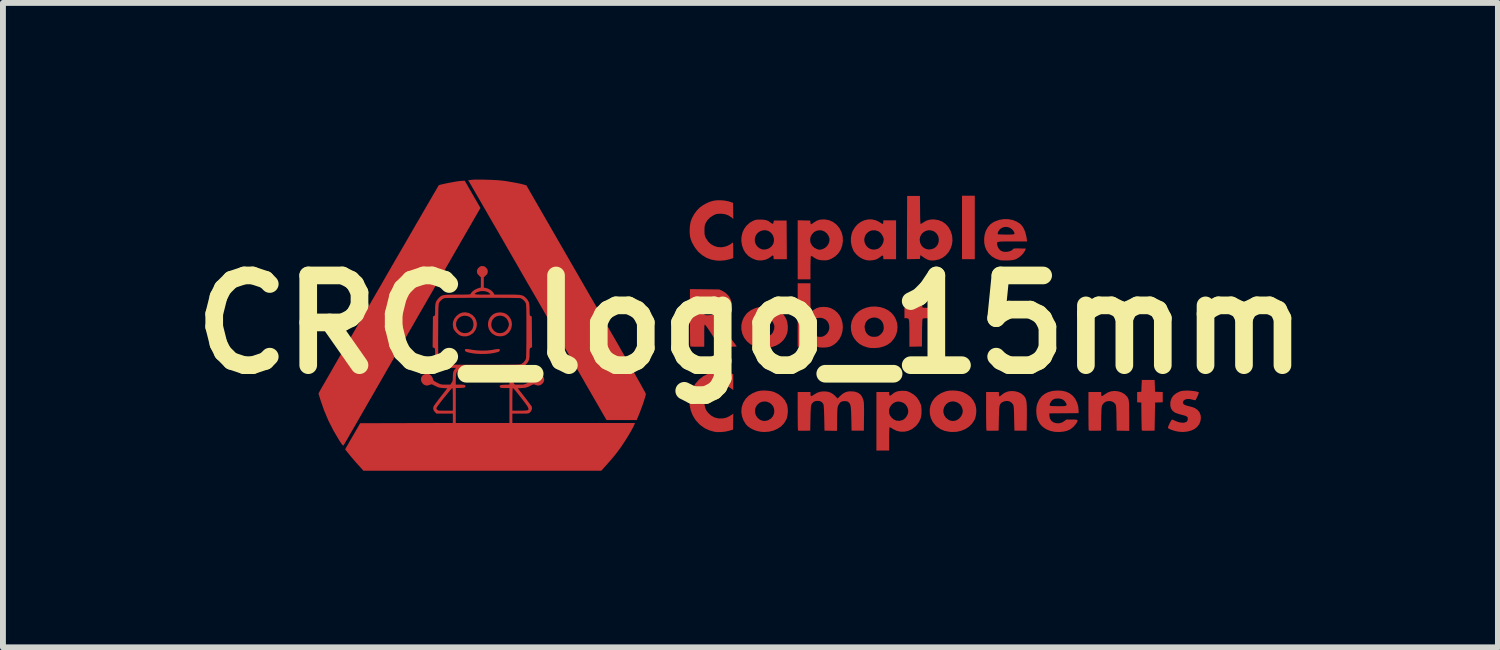
<source format=kicad_pcb>
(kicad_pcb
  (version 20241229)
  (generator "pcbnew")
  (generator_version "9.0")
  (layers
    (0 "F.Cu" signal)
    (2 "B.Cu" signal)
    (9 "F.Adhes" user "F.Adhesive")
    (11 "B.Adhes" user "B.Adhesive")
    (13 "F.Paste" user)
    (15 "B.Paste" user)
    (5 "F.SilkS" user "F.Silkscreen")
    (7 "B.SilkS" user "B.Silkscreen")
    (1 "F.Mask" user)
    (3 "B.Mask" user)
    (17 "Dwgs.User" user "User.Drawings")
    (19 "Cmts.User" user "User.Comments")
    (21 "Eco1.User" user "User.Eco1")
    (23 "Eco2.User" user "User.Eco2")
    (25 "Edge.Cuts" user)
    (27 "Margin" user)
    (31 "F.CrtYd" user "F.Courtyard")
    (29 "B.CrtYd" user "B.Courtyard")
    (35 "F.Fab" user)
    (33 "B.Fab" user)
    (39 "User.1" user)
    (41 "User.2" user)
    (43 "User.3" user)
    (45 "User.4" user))
  (footprint "CRC_logo_15mm"
    (layer "F.Cu")
    (at 9.736 2.463)
    (property "Reference" "CRC_logo_15mm" (at -0.04 0 0) (layer "F.SilkS") (effects (font (size 1.524 1.524) (thickness 0.3))))
    (attr through_hole)
    (fp_poly (pts (xy 3.77 -1.111) (xy 3.553 -1.111) (xy 3.553 -2.189) (xy 3.77 -2.189) (xy 3.77 -1.111)) (stroke (width 0.000313) (type solid)) (fill yes) (layer "F.Cu"))
    (fp_poly (pts (xy 6.832 1.14) (xy 6.897 1.143) (xy 6.962 1.145) (xy 6.962 1.319) (xy 6.897 1.322) (xy 6.832 1.324) (xy 6.824 1.801) (xy 6.717 1.803) (xy 6.67 1.803) (xy 6.638 1.803) (xy 6.618 1.801) (xy 6.608 1.797) (xy 6.606 1.795) (xy 6.605 1.784) (xy 6.604 1.758) (xy 6.603 1.721) (xy 6.602 1.673) (xy 6.601 1.618) (xy 6.6 1.558) (xy 6.6 1.554) (xy 6.598 1.324) (xy 6.563 1.322) (xy 6.527 1.319) (xy 6.527 1.146) (xy 6.563 1.143) (xy 6.598 1.14) (xy 6.602 1.04) (xy 6.607 0.94) (xy 6.824 0.94) (xy 6.832 1.14)) (stroke (width 0.000313) (type solid)) (fill yes) (layer "F.Cu"))
    (fp_poly (pts (xy -4.847 0.415) (xy -4.812 0.42) (xy -4.764 0.428) (xy -4.761 0.429) (xy -4.684 0.438) (xy -4.599 0.442) (xy -4.514 0.44) (xy -4.437 0.431) (xy -4.422 0.429) (xy -4.374 0.42) (xy -4.34 0.416) (xy -4.318 0.414) (xy -4.305 0.417) (xy -4.298 0.424) (xy -4.297 0.434) (xy -4.3 0.449) (xy -4.313 0.459) (xy -4.33 0.466) (xy -4.39 0.481) (xy -4.461 0.492) (xy -4.539 0.498) (xy -4.619 0.499) (xy -4.697 0.495) (xy -4.752 0.489) (xy -4.806 0.479) (xy -4.844 0.47) (xy -4.87 0.461) (xy -4.884 0.451) (xy -4.89 0.438) (xy -4.89 0.434) (xy -4.889 0.424) (xy -4.882 0.417) (xy -4.869 0.414) (xy -4.847 0.415)) (stroke (width 0.000313) (type solid)) (fill yes) (layer "F.Cu"))
    (fp_poly (pts (xy 2.88 -0.288) (xy 2.945 -0.286) (xy 3.01 -0.283) (xy 3.01 -0.109) (xy 2.953 -0.108) (xy 2.923 -0.108) (xy 2.899 -0.105) (xy 2.887 -0.102) (xy 2.883 -0.095) (xy 2.881 -0.079) (xy 2.878 -0.052) (xy 2.877 -0.012) (xy 2.875 0.041) (xy 2.874 0.109) (xy 2.874 0.138) (xy 2.872 0.372) (xy 2.765 0.374) (xy 2.659 0.376) (xy 2.659 0.147) (xy 2.659 0.075) (xy 2.658 0.018) (xy 2.657 -0.026) (xy 2.655 -0.058) (xy 2.651 -0.081) (xy 2.645 -0.095) (xy 2.637 -0.104) (xy 2.627 -0.107) (xy 2.613 -0.109) (xy 2.604 -0.109) (xy 2.575 -0.109) (xy 2.575 -0.284) (xy 2.612 -0.284) (xy 2.63 -0.285) (xy 2.643 -0.289) (xy 2.651 -0.299) (xy 2.656 -0.317) (xy 2.658 -0.346) (xy 2.659 -0.389) (xy 2.659 -0.403) (xy 2.659 -0.485) (xy 2.875 -0.485) (xy 2.88 -0.288)) (stroke (width 0.000313) (type solid)) (fill yes) (layer "F.Cu"))
    (fp_poly (pts (xy -4.827 -0.198) (xy -4.807 -0.189) (xy -4.758 -0.158) (xy -4.721 -0.117) (xy -4.698 -0.071) (xy -4.687 -0.02) (xy -4.69 0.032) (xy -4.706 0.082) (xy -4.737 0.129) (xy -4.761 0.153) (xy -4.809 0.183) (xy -4.862 0.199) (xy -4.919 0.199) (xy -4.965 0.188) (xy -4.996 0.171) (xy -5.028 0.144) (xy -5.057 0.112) (xy -5.079 0.08) (xy -5.086 0.062) (xy -5.096 0.002) (xy -5.095 -0.006) (xy -5.041 -0.006) (xy -5.037 0.029) (xy -5.019 0.073) (xy -4.989 0.108) (xy -4.951 0.133) (xy -4.908 0.145) (xy -4.861 0.144) (xy -4.819 0.129) (xy -4.782 0.101) (xy -4.757 0.063) (xy -4.745 0.015) (xy -4.744 -0.005) (xy -4.751 -0.055) (xy -4.771 -0.096) (xy -4.804 -0.127) (xy -4.849 -0.146) (xy -4.85 -0.146) (xy -4.899 -0.151) (xy -4.944 -0.142) (xy -4.983 -0.121) (xy -5.014 -0.09) (xy -5.034 -0.051) (xy -5.041 -0.006) (xy -5.095 -0.006) (xy -5.09 -0.052) (xy -5.069 -0.102) (xy -5.033 -0.147) (xy -4.986 -0.184) (xy -4.935 -0.205) (xy -4.882 -0.209) (xy -4.827 -0.198)) (stroke (width 0.000313) (type solid)) (fill yes) (layer "F.Cu"))
    (fp_poly (pts (xy -4.28 -0.207) (xy -4.231 -0.199) (xy -4.191 -0.182) (xy -4.155 -0.153) (xy -4.15 -0.149) (xy -4.117 -0.104) (xy -4.097 -0.055) (xy -4.091 -0.003) (xy -4.099 0.049) (xy -4.118 0.098) (xy -4.15 0.141) (xy -4.193 0.175) (xy -4.213 0.185) (xy -4.258 0.197) (xy -4.309 0.199) (xy -4.358 0.19) (xy -4.376 0.183) (xy -4.425 0.154) (xy -4.46 0.116) (xy -4.484 0.073) (xy -4.496 0.027) (xy -4.497 0.014) (xy -4.442 0.014) (xy -4.431 0.056) (xy -4.409 0.091) (xy -4.379 0.12) (xy -4.341 0.139) (xy -4.299 0.146) (xy -4.254 0.14) (xy -4.226 0.129) (xy -4.194 0.105) (xy -4.167 0.071) (xy -4.149 0.031) (xy -4.142 -0.004) (xy -4.148 -0.035) (xy -4.162 -0.069) (xy -4.18 -0.1) (xy -4.187 -0.107) (xy -4.223 -0.135) (xy -4.266 -0.15) (xy -4.31 -0.151) (xy -4.353 -0.14) (xy -4.391 -0.117) (xy -4.42 -0.083) (xy -4.424 -0.076) (xy -4.44 -0.03) (xy -4.442 0.014) (xy -4.497 0.014) (xy -4.498 -0.02) (xy -4.489 -0.067) (xy -4.47 -0.11) (xy -4.441 -0.148) (xy -4.404 -0.179) (xy -4.359 -0.199) (xy -4.306 -0.207) (xy -4.28 -0.207)) (stroke (width 0.000313) (type solid)) (fill yes) (layer "F.Cu"))
    (fp_poly (pts (xy -0.507 0.798) (xy -0.458 0.806) (xy -0.422 0.814) (xy -0.388 0.822) (xy -0.364 0.83) (xy -0.36 0.832) (xy -0.332 0.843) (xy -0.332 1.111) (xy -0.378 1.079) (xy -0.423 1.052) (xy -0.468 1.035) (xy -0.518 1.029) (xy -0.564 1.029) (xy -0.632 1.04) (xy -0.692 1.065) (xy -0.743 1.104) (xy -0.784 1.156) (xy -0.799 1.185) (xy -0.81 1.211) (xy -0.817 1.235) (xy -0.82 1.262) (xy -0.821 1.299) (xy -0.821 1.312) (xy -0.819 1.368) (xy -0.809 1.413) (xy -0.792 1.453) (xy -0.764 1.491) (xy -0.749 1.508) (xy -0.702 1.55) (xy -0.65 1.577) (xy -0.591 1.592) (xy -0.565 1.594) (xy -0.502 1.593) (xy -0.446 1.579) (xy -0.391 1.552) (xy -0.374 1.541) (xy -0.332 1.512) (xy -0.334 1.648) (xy -0.337 1.784) (xy -0.403 1.803) (xy -0.469 1.818) (xy -0.537 1.825) (xy -0.602 1.826) (xy -0.659 1.819) (xy -0.662 1.818) (xy -0.744 1.794) (xy -0.815 1.761) (xy -0.879 1.717) (xy -0.914 1.686) (xy -0.975 1.618) (xy -1.021 1.542) (xy -1.054 1.459) (xy -1.072 1.373) (xy -1.075 1.285) (xy -1.063 1.197) (xy -1.036 1.11) (xy -1.02 1.077) (xy -0.973 1) (xy -0.914 0.934) (xy -0.845 0.879) (xy -0.768 0.838) (xy -0.685 0.81) (xy -0.598 0.796) (xy -0.507 0.798)) (stroke (width 0.000313) (type solid)) (fill yes) (layer "F.Cu"))
    (fp_poly (pts (xy 2.164 -0.297) (xy 2.233 -0.276) (xy 2.299 -0.243) (xy 2.355 -0.199) (xy 2.399 -0.147) (xy 2.431 -0.087) (xy 2.451 -0.023) (xy 2.458 0.043) (xy 2.451 0.111) (xy 2.432 0.176) (xy 2.398 0.238) (xy 2.351 0.295) (xy 2.344 0.301) (xy 2.289 0.341) (xy 2.224 0.371) (xy 2.15 0.391) (xy 2.072 0.399) (xy 1.994 0.396) (xy 1.952 0.389) (xy 1.878 0.365) (xy 1.813 0.329) (xy 1.759 0.282) (xy 1.716 0.227) (xy 1.685 0.164) (xy 1.668 0.096) (xy 1.666 0.042) (xy 1.898 0.042) (xy 1.906 0.094) (xy 1.927 0.14) (xy 1.96 0.177) (xy 1.995 0.197) (xy 2.028 0.206) (xy 2.069 0.208) (xy 2.108 0.203) (xy 2.126 0.197) (xy 2.156 0.179) (xy 2.185 0.152) (xy 2.208 0.121) (xy 2.215 0.106) (xy 2.224 0.063) (xy 2.221 0.016) (xy 2.208 -0.028) (xy 2.205 -0.034) (xy 2.176 -0.075) (xy 2.139 -0.102) (xy 2.098 -0.117) (xy 2.055 -0.121) (xy 2.013 -0.113) (xy 1.973 -0.096) (xy 1.94 -0.068) (xy 1.915 -0.032) (xy 1.901 0.014) (xy 1.898 0.042) (xy 1.666 0.042) (xy 1.665 0.024) (xy 1.678 -0.05) (xy 1.681 -0.06) (xy 1.71 -0.124) (xy 1.751 -0.18) (xy 1.803 -0.227) (xy 1.865 -0.264) (xy 1.934 -0.29) (xy 2.008 -0.305) (xy 2.085 -0.307) (xy 2.164 -0.297)) (stroke (width 0.000313) (type solid)) (fill yes) (layer "F.Cu"))
    (fp_poly (pts (xy 3.453 1.122) (xy 3.513 1.131) (xy 3.563 1.145) (xy 3.569 1.147) (xy 3.641 1.185) (xy 3.701 1.233) (xy 3.747 1.291) (xy 3.78 1.359) (xy 3.78 1.361) (xy 3.792 1.412) (xy 3.796 1.471) (xy 3.791 1.531) (xy 3.778 1.586) (xy 3.767 1.614) (xy 3.727 1.678) (xy 3.675 1.731) (xy 3.612 1.773) (xy 3.541 1.803) (xy 3.462 1.821) (xy 3.378 1.824) (xy 3.34 1.821) (xy 3.258 1.805) (xy 3.185 1.775) (xy 3.122 1.731) (xy 3.103 1.713) (xy 3.056 1.655) (xy 3.024 1.589) (xy 3.007 1.521) (xy 3.004 1.447) (xy 3.237 1.447) (xy 3.237 1.493) (xy 3.25 1.537) (xy 3.273 1.575) (xy 3.305 1.605) (xy 3.344 1.627) (xy 3.387 1.637) (xy 3.434 1.633) (xy 3.459 1.625) (xy 3.5 1.6) (xy 3.533 1.564) (xy 3.556 1.522) (xy 3.566 1.477) (xy 3.564 1.446) (xy 3.548 1.397) (xy 3.522 1.358) (xy 3.487 1.33) (xy 3.447 1.312) (xy 3.403 1.304) (xy 3.36 1.309) (xy 3.319 1.324) (xy 3.283 1.352) (xy 3.254 1.393) (xy 3.251 1.4) (xy 3.237 1.447) (xy 3.004 1.447) (xy 3.004 1.447) (xy 3.016 1.377) (xy 3.042 1.312) (xy 3.082 1.254) (xy 3.135 1.204) (xy 3.2 1.163) (xy 3.276 1.133) (xy 3.281 1.132) (xy 3.331 1.122) (xy 3.391 1.119) (xy 3.453 1.122)) (stroke (width 0.000313) (type solid)) (fill yes) (layer "F.Cu"))
    (fp_poly (pts (xy 0.254 1.123) (xy 0.314 1.131) (xy 0.364 1.146) (xy 0.369 1.148) (xy 0.437 1.183) (xy 0.495 1.229) (xy 0.542 1.282) (xy 0.574 1.343) (xy 0.584 1.369) (xy 0.593 1.42) (xy 0.595 1.479) (xy 0.589 1.538) (xy 0.577 1.591) (xy 0.568 1.614) (xy 0.531 1.676) (xy 0.481 1.728) (xy 0.42 1.769) (xy 0.351 1.8) (xy 0.274 1.819) (xy 0.191 1.824) (xy 0.14 1.821) (xy 0.077 1.809) (xy 0.015 1.788) (xy -0.041 1.759) (xy -0.089 1.724) (xy -0.117 1.694) (xy -0.158 1.628) (xy -0.184 1.557) (xy -0.195 1.485) (xy -0.194 1.466) (xy 0.036 1.466) (xy 0.041 1.509) (xy 0.057 1.55) (xy 0.083 1.585) (xy 0.116 1.613) (xy 0.156 1.631) (xy 0.2 1.637) (xy 0.246 1.629) (xy 0.265 1.622) (xy 0.308 1.595) (xy 0.339 1.56) (xy 0.358 1.519) (xy 0.365 1.476) (xy 0.361 1.433) (xy 0.347 1.392) (xy 0.321 1.357) (xy 0.286 1.329) (xy 0.242 1.311) (xy 0.213 1.306) (xy 0.161 1.309) (xy 0.115 1.328) (xy 0.077 1.361) (xy 0.065 1.376) (xy 0.043 1.42) (xy 0.036 1.466) (xy -0.194 1.466) (xy -0.191 1.413) (xy -0.17 1.343) (xy -0.16 1.321) (xy -0.12 1.257) (xy -0.067 1.205) (xy -0.002 1.164) (xy 0.076 1.133) (xy 0.081 1.132) (xy 0.131 1.122) (xy 0.191 1.119) (xy 0.254 1.123)) (stroke (width 0.000313) (type solid)) (fill yes) (layer "F.Cu"))
    (fp_poly (pts (xy -4.566 -2.462) (xy -4.497 -2.46) (xy -4.428 -2.458) (xy -4.363 -2.454) (xy -4.303 -2.45) (xy -4.254 -2.445) (xy -4.243 -2.444) (xy -4.185 -2.436) (xy -4.122 -2.425) (xy -4.057 -2.414) (xy -3.996 -2.402) (xy -3.942 -2.391) (xy -3.899 -2.38) (xy -3.888 -2.377) (xy -3.846 -2.365) (xy -2.831 -0.604) (xy -2.712 -0.398) (xy -2.6 -0.204) (xy -2.495 -0.021) (xy -2.398 0.149) (xy -2.307 0.306) (xy -2.224 0.452) (xy -2.148 0.584) (xy -2.08 0.704) (xy -2.019 0.811) (xy -1.967 0.904) (xy -1.921 0.984) (xy -1.884 1.051) (xy -1.855 1.104) (xy -1.834 1.142) (xy -1.821 1.167) (xy -1.816 1.178) (xy -1.816 1.178) (xy -1.82 1.197) (xy -1.828 1.229) (xy -1.841 1.27) (xy -1.856 1.318) (xy -1.874 1.371) (xy -1.894 1.424) (xy -1.913 1.476) (xy -1.93 1.519) (xy -1.972 1.621) (xy -2.485 1.621) (xy -3.464 -0.077) (xy -3.556 -0.238) (xy -3.648 -0.398) (xy -3.739 -0.555) (xy -3.829 -0.71) (xy -3.916 -0.861) (xy -4 -1.008) (xy -4.082 -1.15) (xy -4.16 -1.285) (xy -4.234 -1.414) (xy -4.304 -1.535) (xy -4.369 -1.648) (xy -4.429 -1.751) (xy -4.483 -1.844) (xy -4.53 -1.927) (xy -4.571 -1.997) (xy -4.604 -2.055) (xy -4.63 -2.1) (xy -4.638 -2.114) (xy -4.834 -2.452) (xy -4.775 -2.459) (xy -4.739 -2.462) (xy -4.69 -2.463) (xy -4.632 -2.463) (xy -4.566 -2.462)) (stroke (width 0.000313) (type solid)) (fill yes) (layer "F.Cu"))
    (fp_poly (pts (xy 0.188 -1.781) (xy 0.233 -1.772) (xy 0.27 -1.756) (xy 0.304 -1.731) (xy 0.307 -1.729) (xy 0.328 -1.714) (xy 0.342 -1.713) (xy 0.35 -1.728) (xy 0.352 -1.738) (xy 0.357 -1.767) (xy 0.574 -1.767) (xy 0.576 -1.439) (xy 0.578 -1.111) (xy 0.353 -1.111) (xy 0.353 -1.14) (xy 0.35 -1.165) (xy 0.34 -1.174) (xy 0.324 -1.168) (xy 0.308 -1.154) (xy 0.264 -1.123) (xy 0.21 -1.101) (xy 0.151 -1.09) (xy 0.09 -1.091) (xy 0.052 -1.099) (xy -0.017 -1.127) (xy -0.077 -1.167) (xy -0.126 -1.22) (xy -0.158 -1.274) (xy -0.184 -1.347) (xy -0.195 -1.42) (xy -0.194 -1.461) (xy 0.034 -1.461) (xy 0.034 -1.415) (xy 0.048 -1.369) (xy 0.074 -1.329) (xy 0.112 -1.297) (xy 0.157 -1.278) (xy 0.205 -1.275) (xy 0.254 -1.286) (xy 0.285 -1.302) (xy 0.322 -1.333) (xy 0.347 -1.371) (xy 0.358 -1.413) (xy 0.359 -1.456) (xy 0.348 -1.499) (xy 0.328 -1.537) (xy 0.298 -1.569) (xy 0.26 -1.592) (xy 0.215 -1.603) (xy 0.196 -1.604) (xy 0.146 -1.595) (xy 0.103 -1.574) (xy 0.069 -1.543) (xy 0.046 -1.504) (xy 0.034 -1.461) (xy -0.194 -1.461) (xy -0.192 -1.493) (xy -0.176 -1.562) (xy -0.147 -1.626) (xy -0.106 -1.682) (xy -0.054 -1.729) (xy -0.008 -1.756) (xy 0.019 -1.769) (xy 0.041 -1.777) (xy 0.064 -1.782) (xy 0.094 -1.783) (xy 0.131 -1.784) (xy 0.188 -1.781)) (stroke (width 0.000313) (type solid)) (fill yes) (layer "F.Cu"))
    (fp_poly (pts (xy 4.45 1.132) (xy 4.507 1.146) (xy 4.558 1.17) (xy 4.6 1.205) (xy 4.611 1.218) (xy 4.623 1.236) (xy 4.633 1.255) (xy 4.641 1.277) (xy 4.647 1.304) (xy 4.65 1.338) (xy 4.653 1.381) (xy 4.654 1.435) (xy 4.654 1.503) (xy 4.654 1.571) (xy 4.651 1.801) (xy 4.443 1.801) (xy 4.438 1.592) (xy 4.437 1.525) (xy 4.435 1.473) (xy 4.434 1.434) (xy 4.431 1.405) (xy 4.429 1.384) (xy 4.425 1.369) (xy 4.42 1.358) (xy 4.419 1.356) (xy 4.393 1.324) (xy 4.358 1.304) (xy 4.317 1.296) (xy 4.273 1.303) (xy 4.253 1.311) (xy 4.233 1.321) (xy 4.218 1.331) (xy 4.206 1.344) (xy 4.197 1.362) (xy 4.19 1.386) (xy 4.186 1.419) (xy 4.183 1.462) (xy 4.181 1.518) (xy 4.179 1.588) (xy 4.179 1.592) (xy 4.175 1.801) (xy 4.075 1.803) (xy 4.035 1.803) (xy 4.002 1.803) (xy 3.978 1.801) (xy 3.968 1.799) (xy 3.968 1.799) (xy 3.967 1.79) (xy 3.966 1.766) (xy 3.964 1.729) (xy 3.964 1.68) (xy 3.963 1.622) (xy 3.962 1.557) (xy 3.962 1.486) (xy 3.962 1.469) (xy 3.962 1.145) (xy 4.179 1.145) (xy 4.179 1.182) (xy 4.181 1.207) (xy 4.187 1.219) (xy 4.189 1.22) (xy 4.2 1.215) (xy 4.218 1.201) (xy 4.234 1.187) (xy 4.28 1.156) (xy 4.333 1.136) (xy 4.391 1.128) (xy 4.45 1.132)) (stroke (width 0.000313) (type solid)) (fill yes) (layer "F.Cu"))
    (fp_poly (pts (xy 0.267 -0.303) (xy 0.268 -0.303) (xy 0.345 -0.285) (xy 0.415 -0.254) (xy 0.476 -0.213) (xy 0.526 -0.163) (xy 0.563 -0.105) (xy 0.566 -0.098) (xy 0.585 -0.042) (xy 0.594 0.021) (xy 0.594 0.086) (xy 0.584 0.143) (xy 0.584 0.144) (xy 0.556 0.211) (xy 0.514 0.27) (xy 0.461 0.318) (xy 0.397 0.356) (xy 0.323 0.382) (xy 0.241 0.396) (xy 0.219 0.397) (xy 0.18 0.398) (xy 0.143 0.397) (xy 0.114 0.394) (xy 0.106 0.393) (xy 0.026 0.368) (xy -0.043 0.332) (xy -0.1 0.284) (xy -0.145 0.227) (xy -0.177 0.16) (xy -0.194 0.084) (xy -0.195 0.082) (xy -0.195 0.07) (xy 0.038 0.07) (xy 0.052 0.116) (xy 0.081 0.157) (xy 0.123 0.19) (xy 0.131 0.195) (xy 0.164 0.205) (xy 0.205 0.208) (xy 0.246 0.203) (xy 0.267 0.196) (xy 0.304 0.176) (xy 0.33 0.15) (xy 0.344 0.125) (xy 0.362 0.078) (xy 0.366 0.034) (xy 0.361 0.004) (xy 0.34 -0.043) (xy 0.31 -0.079) (xy 0.272 -0.104) (xy 0.23 -0.118) (xy 0.186 -0.12) (xy 0.143 -0.11) (xy 0.103 -0.088) (xy 0.07 -0.053) (xy 0.056 -0.03) (xy 0.039 0.021) (xy 0.038 0.07) (xy -0.195 0.07) (xy -0.195 0.013) (xy -0.181 -0.056) (xy -0.153 -0.121) (xy -0.112 -0.179) (xy -0.088 -0.204) (xy -0.031 -0.246) (xy 0.037 -0.278) (xy 0.111 -0.298) (xy 0.189 -0.307) (xy 0.267 -0.303)) (stroke (width 0.000313) (type solid)) (fill yes) (layer "F.Cu"))
    (fp_poly (pts (xy 6.208 1.134) (xy 6.265 1.152) (xy 6.315 1.182) (xy 6.345 1.211) (xy 6.358 1.227) (xy 6.369 1.243) (xy 6.377 1.26) (xy 6.383 1.281) (xy 6.387 1.308) (xy 6.39 1.343) (xy 6.392 1.387) (xy 6.393 1.443) (xy 6.394 1.513) (xy 6.394 1.557) (xy 6.394 1.805) (xy 6.287 1.803) (xy 6.18 1.801) (xy 6.176 1.586) (xy 6.175 1.52) (xy 6.174 1.469) (xy 6.172 1.43) (xy 6.17 1.402) (xy 6.168 1.381) (xy 6.165 1.367) (xy 6.161 1.357) (xy 6.156 1.349) (xy 6.155 1.348) (xy 6.123 1.317) (xy 6.082 1.3) (xy 6.039 1.299) (xy 5.995 1.309) (xy 5.962 1.332) (xy 5.938 1.363) (xy 5.933 1.373) (xy 5.929 1.385) (xy 5.926 1.401) (xy 5.923 1.424) (xy 5.921 1.455) (xy 5.92 1.497) (xy 5.918 1.552) (xy 5.917 1.596) (xy 5.913 1.801) (xy 5.812 1.803) (xy 5.773 1.803) (xy 5.74 1.803) (xy 5.716 1.801) (xy 5.706 1.799) (xy 5.706 1.799) (xy 5.705 1.79) (xy 5.703 1.766) (xy 5.702 1.729) (xy 5.701 1.68) (xy 5.701 1.622) (xy 5.7 1.557) (xy 5.7 1.486) (xy 5.7 1.469) (xy 5.7 1.145) (xy 5.917 1.145) (xy 5.917 1.178) (xy 5.919 1.2) (xy 5.924 1.214) (xy 5.925 1.216) (xy 5.935 1.213) (xy 5.954 1.202) (xy 5.977 1.185) (xy 5.979 1.184) (xy 6.03 1.152) (xy 6.087 1.133) (xy 6.147 1.127) (xy 6.208 1.134)) (stroke (width 0.000313) (type solid)) (fill yes) (layer "F.Cu"))
    (fp_poly (pts (xy 2.085 -1.773) (xy 2.146 -1.745) (xy 2.161 -1.734) (xy 2.184 -1.72) (xy 2.202 -1.711) (xy 2.209 -1.71) (xy 2.214 -1.72) (xy 2.216 -1.74) (xy 2.216 -1.743) (xy 2.216 -1.771) (xy 2.433 -1.771) (xy 2.433 -1.111) (xy 2.216 -1.111) (xy 2.216 -1.14) (xy 2.213 -1.164) (xy 2.204 -1.173) (xy 2.188 -1.168) (xy 2.168 -1.152) (xy 2.141 -1.132) (xy 2.11 -1.114) (xy 2.102 -1.11) (xy 2.063 -1.098) (xy 2.015 -1.091) (xy 1.966 -1.09) (xy 1.925 -1.095) (xy 1.868 -1.114) (xy 1.812 -1.146) (xy 1.762 -1.188) (xy 1.721 -1.236) (xy 1.706 -1.262) (xy 1.68 -1.33) (xy 1.666 -1.403) (xy 1.666 -1.438) (xy 1.892 -1.438) (xy 1.899 -1.393) (xy 1.92 -1.349) (xy 1.933 -1.332) (xy 1.962 -1.304) (xy 1.992 -1.287) (xy 2.02 -1.278) (xy 2.055 -1.274) (xy 2.095 -1.279) (xy 2.13 -1.29) (xy 2.133 -1.291) (xy 2.168 -1.318) (xy 2.197 -1.356) (xy 2.217 -1.4) (xy 2.224 -1.445) (xy 2.224 -1.446) (xy 2.221 -1.465) (xy 2.211 -1.492) (xy 2.202 -1.511) (xy 2.173 -1.554) (xy 2.136 -1.583) (xy 2.088 -1.599) (xy 2.071 -1.602) (xy 2.021 -1.6) (xy 1.978 -1.584) (xy 1.942 -1.557) (xy 1.915 -1.523) (xy 1.898 -1.482) (xy 1.892 -1.438) (xy 1.666 -1.438) (xy 1.666 -1.477) (xy 1.68 -1.548) (xy 1.696 -1.591) (xy 1.734 -1.653) (xy 1.78 -1.705) (xy 1.835 -1.745) (xy 1.894 -1.772) (xy 1.957 -1.786) (xy 2.022 -1.787) (xy 2.085 -1.773)) (stroke (width 0.000313) (type solid)) (fill yes) (layer "F.Cu"))
    (fp_poly (pts (xy -0.476 -2.106) (xy -0.412 -2.093) (xy -0.395 -2.088) (xy -0.337 -2.068) (xy -0.334 -1.932) (xy -0.332 -1.795) (xy -0.364 -1.821) (xy -0.414 -1.854) (xy -0.467 -1.874) (xy -0.527 -1.883) (xy -0.547 -1.883) (xy -0.584 -1.882) (xy -0.612 -1.879) (xy -0.637 -1.871) (xy -0.668 -1.857) (xy -0.669 -1.856) (xy -0.726 -1.82) (xy -0.771 -1.773) (xy -0.802 -1.722) (xy -0.811 -1.701) (xy -0.817 -1.679) (xy -0.82 -1.651) (xy -0.821 -1.613) (xy -0.821 -1.6) (xy -0.821 -1.56) (xy -0.819 -1.531) (xy -0.814 -1.509) (xy -0.806 -1.488) (xy -0.797 -1.468) (xy -0.759 -1.411) (xy -0.712 -1.367) (xy -0.656 -1.335) (xy -0.595 -1.317) (xy -0.531 -1.313) (xy -0.471 -1.324) (xy -0.436 -1.336) (xy -0.403 -1.352) (xy -0.374 -1.368) (xy -0.356 -1.383) (xy -0.354 -1.387) (xy -0.346 -1.395) (xy -0.341 -1.393) (xy -0.337 -1.378) (xy -0.334 -1.35) (xy -0.333 -1.307) (xy -0.332 -1.262) (xy -0.332 -1.129) (xy -0.389 -1.111) (xy -0.472 -1.092) (xy -0.56 -1.085) (xy -0.621 -1.088) (xy -0.707 -1.104) (xy -0.788 -1.135) (xy -0.863 -1.181) (xy -0.929 -1.239) (xy -0.985 -1.31) (xy -1.031 -1.391) (xy -1.056 -1.454) (xy -1.067 -1.5) (xy -1.072 -1.556) (xy -1.073 -1.617) (xy -1.068 -1.679) (xy -1.059 -1.734) (xy -1.051 -1.763) (xy -1.026 -1.823) (xy -0.991 -1.884) (xy -0.949 -1.94) (xy -0.906 -1.984) (xy -0.857 -2.021) (xy -0.797 -2.056) (xy -0.735 -2.084) (xy -0.678 -2.102) (xy -0.616 -2.111) (xy -0.547 -2.112) (xy -0.476 -2.106)) (stroke (width 0.000313) (type solid)) (fill yes) (layer "F.Cu"))
    (fp_poly (pts (xy 2.58 1.125) (xy 2.609 1.128) (xy 2.635 1.136) (xy 2.666 1.149) (xy 2.669 1.15) (xy 2.731 1.187) (xy 2.781 1.232) (xy 2.821 1.289) (xy 2.832 1.31) (xy 2.847 1.343) (xy 2.857 1.37) (xy 2.862 1.398) (xy 2.865 1.434) (xy 2.866 1.449) (xy 2.864 1.528) (xy 2.85 1.596) (xy 2.822 1.656) (xy 2.781 1.711) (xy 2.758 1.733) (xy 2.702 1.776) (xy 2.639 1.805) (xy 2.574 1.819) (xy 2.507 1.819) (xy 2.442 1.804) (xy 2.382 1.774) (xy 2.377 1.771) (xy 2.352 1.756) (xy 2.333 1.746) (xy 2.323 1.743) (xy 2.323 1.743) (xy 2.321 1.752) (xy 2.319 1.776) (xy 2.318 1.811) (xy 2.317 1.856) (xy 2.316 1.909) (xy 2.316 1.943) (xy 2.316 2.139) (xy 2.099 2.139) (xy 2.099 1.492) (xy 2.313 1.492) (xy 2.327 1.539) (xy 2.352 1.576) (xy 2.393 1.611) (xy 2.439 1.631) (xy 2.488 1.635) (xy 2.539 1.623) (xy 2.555 1.615) (xy 2.587 1.591) (xy 2.614 1.556) (xy 2.633 1.515) (xy 2.64 1.484) (xy 2.637 1.44) (xy 2.621 1.397) (xy 2.595 1.359) (xy 2.564 1.333) (xy 2.513 1.312) (xy 2.464 1.306) (xy 2.417 1.317) (xy 2.374 1.345) (xy 2.361 1.356) (xy 2.33 1.399) (xy 2.314 1.445) (xy 2.313 1.492) (xy 2.099 1.492) (xy 2.099 1.145) (xy 2.316 1.145) (xy 2.316 1.173) (xy 2.319 1.198) (xy 2.329 1.207) (xy 2.345 1.201) (xy 2.361 1.188) (xy 2.404 1.155) (xy 2.453 1.134) (xy 2.512 1.125) (xy 2.542 1.124) (xy 2.58 1.125)) (stroke (width 0.000313) (type solid)) (fill yes) (layer "F.Cu"))
    (fp_poly (pts (xy 2.841 -1.955) (xy 2.841 -1.894) (xy 2.842 -1.839) (xy 2.843 -1.791) (xy 2.844 -1.753) (xy 2.846 -1.726) (xy 2.847 -1.714) (xy 2.847 -1.714) (xy 2.854 -1.711) (xy 2.869 -1.717) (xy 2.891 -1.732) (xy 2.944 -1.764) (xy 3.001 -1.782) (xy 3.065 -1.787) (xy 3.083 -1.786) (xy 3.155 -1.774) (xy 3.22 -1.748) (xy 3.276 -1.708) (xy 3.322 -1.657) (xy 3.358 -1.594) (xy 3.382 -1.522) (xy 3.386 -1.499) (xy 3.391 -1.425) (xy 3.381 -1.354) (xy 3.358 -1.288) (xy 3.323 -1.228) (xy 3.278 -1.177) (xy 3.224 -1.136) (xy 3.163 -1.107) (xy 3.095 -1.092) (xy 3.079 -1.09) (xy 3.048 -1.089) (xy 3.021 -1.09) (xy 3.005 -1.091) (xy 2.963 -1.105) (xy 2.922 -1.127) (xy 2.895 -1.146) (xy 2.872 -1.162) (xy 2.855 -1.174) (xy 2.848 -1.178) (xy 2.844 -1.171) (xy 2.842 -1.152) (xy 2.841 -1.147) (xy 2.838 -1.115) (xy 2.617 -1.111) (xy 2.618 -1.44) (xy 2.834 -1.44) (xy 2.842 -1.389) (xy 2.862 -1.346) (xy 2.893 -1.312) (xy 2.932 -1.288) (xy 2.978 -1.276) (xy 3.026 -1.278) (xy 3.076 -1.295) (xy 3.077 -1.295) (xy 3.114 -1.323) (xy 3.141 -1.36) (xy 3.156 -1.404) (xy 3.159 -1.45) (xy 3.15 -1.496) (xy 3.128 -1.537) (xy 3.109 -1.56) (xy 3.068 -1.588) (xy 3.024 -1.601) (xy 2.979 -1.602) (xy 2.935 -1.59) (xy 2.897 -1.568) (xy 2.865 -1.536) (xy 2.843 -1.495) (xy 2.834 -1.447) (xy 2.834 -1.44) (xy 2.618 -1.44) (xy 2.619 -1.648) (xy 2.621 -2.185) (xy 2.838 -2.185) (xy 2.841 -1.955)) (stroke (width 0.000313) (type solid)) (fill yes) (layer "F.Cu"))
    (fp_poly (pts (xy 0.979 -0.464) (xy 0.979 -0.392) (xy 0.98 -0.335) (xy 0.981 -0.292) (xy 0.982 -0.261) (xy 0.984 -0.241) (xy 0.987 -0.23) (xy 0.99 -0.226) (xy 0.99 -0.226) (xy 1.003 -0.23) (xy 1.023 -0.242) (xy 1.035 -0.251) (xy 1.083 -0.279) (xy 1.135 -0.295) (xy 1.196 -0.301) (xy 1.2 -0.301) (xy 1.266 -0.296) (xy 1.324 -0.28) (xy 1.379 -0.251) (xy 1.386 -0.247) (xy 1.437 -0.203) (xy 1.478 -0.149) (xy 1.507 -0.088) (xy 1.524 -0.022) (xy 1.529 0.047) (xy 1.522 0.116) (xy 1.503 0.183) (xy 1.472 0.244) (xy 1.428 0.298) (xy 1.422 0.305) (xy 1.371 0.345) (xy 1.319 0.372) (xy 1.261 0.386) (xy 1.209 0.39) (xy 1.152 0.389) (xy 1.11 0.383) (xy 1.1 0.38) (xy 1.072 0.366) (xy 1.043 0.347) (xy 1.031 0.338) (xy 1.011 0.322) (xy 0.994 0.311) (xy 0.988 0.309) (xy 0.983 0.317) (xy 0.98 0.335) (xy 0.979 0.343) (xy 0.979 0.376) (xy 0.762 0.376) (xy 0.762 0.048) (xy 0.972 0.048) (xy 0.978 0.091) (xy 0.995 0.13) (xy 1.022 0.164) (xy 1.059 0.19) (xy 1.105 0.205) (xy 1.139 0.209) (xy 1.173 0.206) (xy 1.2 0.198) (xy 1.224 0.184) (xy 1.261 0.152) (xy 1.286 0.111) (xy 1.299 0.067) (xy 1.298 0.021) (xy 1.285 -0.024) (xy 1.26 -0.063) (xy 1.229 -0.089) (xy 1.187 -0.109) (xy 1.14 -0.116) (xy 1.094 -0.112) (xy 1.066 -0.102) (xy 1.024 -0.072) (xy 0.994 -0.036) (xy 0.977 0.005) (xy 0.972 0.048) (xy 0.762 0.048) (xy 0.762 -0.702) (xy 0.979 -0.702) (xy 0.979 -0.464)) (stroke (width 0.000313) (type solid)) (fill yes) (layer "F.Cu"))
    (fp_poly (pts (xy 1.222 -1.786) (xy 1.293 -1.774) (xy 1.356 -1.747) (xy 1.414 -1.705) (xy 1.428 -1.692) (xy 1.475 -1.633) (xy 1.508 -1.567) (xy 1.527 -1.495) (xy 1.53 -1.419) (xy 1.518 -1.341) (xy 1.518 -1.341) (xy 1.492 -1.27) (xy 1.452 -1.209) (xy 1.4 -1.159) (xy 1.334 -1.118) (xy 1.33 -1.117) (xy 1.3 -1.104) (xy 1.274 -1.096) (xy 1.246 -1.092) (xy 1.208 -1.091) (xy 1.205 -1.091) (xy 1.144 -1.095) (xy 1.092 -1.109) (xy 1.043 -1.135) (xy 1.024 -1.15) (xy 1.005 -1.162) (xy 0.99 -1.166) (xy 0.988 -1.166) (xy 0.985 -1.156) (xy 0.983 -1.13) (xy 0.981 -1.091) (xy 0.98 -1.039) (xy 0.979 -0.975) (xy 0.979 -0.965) (xy 0.979 -0.769) (xy 0.762 -0.769) (xy 0.762 -1.443) (xy 0.973 -1.443) (xy 0.979 -1.395) (xy 0.983 -1.384) (xy 1.007 -1.342) (xy 1.042 -1.307) (xy 1.085 -1.284) (xy 1.089 -1.283) (xy 1.115 -1.275) (xy 1.134 -1.272) (xy 1.151 -1.273) (xy 1.175 -1.279) (xy 1.186 -1.283) (xy 1.227 -1.303) (xy 1.261 -1.334) (xy 1.286 -1.373) (xy 1.301 -1.417) (xy 1.302 -1.46) (xy 1.301 -1.465) (xy 1.283 -1.513) (xy 1.253 -1.553) (xy 1.214 -1.583) (xy 1.168 -1.6) (xy 1.121 -1.602) (xy 1.073 -1.59) (xy 1.033 -1.565) (xy 1.002 -1.53) (xy 0.981 -1.489) (xy 0.973 -1.443) (xy 0.762 -1.443) (xy 0.762 -1.772) (xy 0.869 -1.769) (xy 0.975 -1.767) (xy 0.978 -1.736) (xy 0.981 -1.716) (xy 0.987 -1.705) (xy 0.989 -1.704) (xy 0.999 -1.709) (xy 1.019 -1.721) (xy 1.035 -1.733) (xy 1.085 -1.764) (xy 1.138 -1.782) (xy 1.198 -1.787) (xy 1.222 -1.786)) (stroke (width 0.000313) (type solid)) (fill yes) (layer "F.Cu"))
    (fp_poly (pts (xy 5.253 1.124) (xy 5.318 1.139) (xy 5.375 1.164) (xy 5.38 1.167) (xy 5.431 1.206) (xy 5.473 1.257) (xy 5.505 1.318) (xy 5.526 1.385) (xy 5.533 1.456) (xy 5.533 1.504) (xy 5.284 1.506) (xy 5.036 1.508) (xy 5.037 1.547) (xy 5.046 1.594) (xy 5.068 1.632) (xy 5.103 1.659) (xy 5.15 1.674) (xy 5.154 1.675) (xy 5.205 1.676) (xy 5.253 1.662) (xy 5.287 1.641) (xy 5.324 1.613) (xy 5.42 1.613) (xy 5.465 1.613) (xy 5.496 1.615) (xy 5.512 1.621) (xy 5.517 1.632) (xy 5.511 1.648) (xy 5.497 1.673) (xy 5.493 1.68) (xy 5.452 1.73) (xy 5.402 1.772) (xy 5.374 1.788) (xy 5.325 1.807) (xy 5.266 1.819) (xy 5.201 1.824) (xy 5.136 1.822) (xy 5.124 1.821) (xy 5.054 1.806) (xy 4.993 1.782) (xy 4.952 1.758) (xy 4.908 1.723) (xy 4.873 1.681) (xy 4.843 1.626) (xy 4.841 1.623) (xy 4.825 1.573) (xy 4.816 1.513) (xy 4.814 1.45) (xy 4.82 1.389) (xy 4.825 1.369) (xy 5.041 1.369) (xy 5.051 1.38) (xy 5.055 1.381) (xy 5.068 1.383) (xy 5.095 1.384) (xy 5.131 1.385) (xy 5.173 1.386) (xy 5.187 1.386) (xy 5.239 1.386) (xy 5.277 1.385) (xy 5.303 1.382) (xy 5.317 1.377) (xy 5.319 1.376) (xy 5.329 1.368) (xy 5.33 1.359) (xy 5.324 1.342) (xy 5.32 1.334) (xy 5.294 1.296) (xy 5.26 1.27) (xy 5.214 1.257) (xy 5.191 1.255) (xy 5.142 1.257) (xy 5.104 1.27) (xy 5.074 1.295) (xy 5.059 1.317) (xy 5.044 1.348) (xy 5.041 1.369) (xy 4.825 1.369) (xy 4.831 1.346) (xy 4.86 1.279) (xy 4.902 1.222) (xy 4.955 1.178) (xy 5.019 1.146) (xy 5.093 1.126) (xy 5.177 1.12) (xy 5.177 1.12) (xy 5.253 1.124)) (stroke (width 0.000313) (type solid)) (fill yes) (layer "F.Cu"))
    (fp_poly (pts (xy -4.76 -2.213) (xy -4.626 -1.981) (xy -5.559 -0.362) (xy -5.651 -0.204) (xy -5.741 -0.046) (xy -5.831 0.11) (xy -5.92 0.263) (xy -6.007 0.414) (xy -6.091 0.561) (xy -6.173 0.702) (xy -6.251 0.838) (xy -6.325 0.967) (xy -6.395 1.088) (xy -6.46 1.202) (xy -6.52 1.305) (xy -6.574 1.399) (xy -6.621 1.481) (xy -6.662 1.552) (xy -6.695 1.61) (xy -6.718 1.65) (xy -6.761 1.725) (xy -6.802 1.795) (xy -6.839 1.859) (xy -6.872 1.917) (xy -6.901 1.966) (xy -6.924 2.006) (xy -6.941 2.034) (xy -6.951 2.05) (xy -6.953 2.053) (xy -6.959 2.054) (xy -6.969 2.046) (xy -6.985 2.026) (xy -7.006 1.995) (xy -7.022 1.97) (xy -7.122 1.801) (xy -7.208 1.632) (xy -7.282 1.457) (xy -7.346 1.272) (xy -7.347 1.268) (xy -7.377 1.17) (xy -7.357 1.134) (xy -7.342 1.106) (xy -7.319 1.066) (xy -7.289 1.014) (xy -7.252 0.951) (xy -7.21 0.877) (xy -7.162 0.794) (xy -7.11 0.702) (xy -7.052 0.602) (xy -6.99 0.495) (xy -6.925 0.382) (xy -6.856 0.262) (xy -6.784 0.138) (xy -6.71 0.009) (xy -6.634 -0.123) (xy -6.556 -0.257) (xy -6.477 -0.394) (xy -6.397 -0.532) (xy -6.317 -0.67) (xy -6.238 -0.808) (xy -6.159 -0.945) (xy -6.081 -1.08) (xy -6.004 -1.212) (xy -5.929 -1.341) (xy -5.857 -1.466) (xy -5.788 -1.585) (xy -5.722 -1.7) (xy -5.659 -1.807) (xy -5.601 -1.908) (xy -5.547 -2.001) (xy -5.498 -2.085) (xy -5.455 -2.159) (xy -5.418 -2.224) (xy -5.386 -2.277) (xy -5.362 -2.319) (xy -5.345 -2.348) (xy -5.336 -2.364) (xy -5.334 -2.366) (xy -5.319 -2.372) (xy -5.29 -2.38) (xy -5.251 -2.389) (xy -5.204 -2.399) (xy -5.153 -2.409) (xy -5.101 -2.419) (xy -5.05 -2.428) (xy -5.004 -2.435) (xy -4.965 -2.44) (xy -4.942 -2.441) (xy -4.893 -2.444) (xy -4.76 -2.213)) (stroke (width 0.000313) (type solid)) (fill yes) (layer "F.Cu"))
    (fp_poly (pts (xy 7.402 1.121) (xy 7.447 1.124) (xy 7.49 1.129) (xy 7.528 1.135) (xy 7.557 1.143) (xy 7.574 1.151) (xy 7.576 1.153) (xy 7.574 1.163) (xy 7.567 1.182) (xy 7.556 1.209) (xy 7.543 1.236) (xy 7.531 1.262) (xy 7.521 1.28) (xy 7.517 1.285) (xy 7.509 1.284) (xy 7.489 1.28) (xy 7.467 1.274) (xy 7.418 1.264) (xy 7.375 1.264) (xy 7.341 1.273) (xy 7.317 1.29) (xy 7.305 1.316) (xy 7.304 1.325) (xy 7.309 1.342) (xy 7.324 1.357) (xy 7.351 1.37) (xy 7.393 1.383) (xy 7.412 1.387) (xy 7.448 1.397) (xy 7.481 1.407) (xy 7.504 1.416) (xy 7.507 1.417) (xy 7.553 1.449) (xy 7.586 1.489) (xy 7.605 1.537) (xy 7.61 1.589) (xy 7.601 1.644) (xy 7.582 1.691) (xy 7.548 1.736) (xy 7.502 1.773) (xy 7.444 1.8) (xy 7.379 1.817) (xy 7.306 1.824) (xy 7.237 1.82) (xy 7.203 1.814) (xy 7.165 1.805) (xy 7.127 1.793) (xy 7.092 1.78) (xy 7.066 1.768) (xy 7.054 1.759) (xy 7.051 1.749) (xy 7.055 1.732) (xy 7.066 1.706) (xy 7.078 1.68) (xy 7.094 1.65) (xy 7.108 1.627) (xy 7.118 1.614) (xy 7.121 1.613) (xy 7.133 1.616) (xy 7.154 1.625) (xy 7.169 1.632) (xy 7.219 1.653) (xy 7.269 1.664) (xy 7.314 1.667) (xy 7.337 1.663) (xy 7.367 1.65) (xy 7.383 1.629) (xy 7.388 1.597) (xy 7.385 1.58) (xy 7.377 1.566) (xy 7.359 1.555) (xy 7.33 1.544) (xy 7.288 1.533) (xy 7.275 1.53) (xy 7.237 1.519) (xy 7.201 1.507) (xy 7.173 1.496) (xy 7.166 1.493) (xy 7.128 1.462) (xy 7.102 1.422) (xy 7.09 1.373) (xy 7.092 1.316) (xy 7.095 1.3) (xy 7.113 1.249) (xy 7.142 1.206) (xy 7.186 1.17) (xy 7.216 1.153) (xy 7.244 1.14) (xy 7.267 1.131) (xy 7.291 1.126) (xy 7.322 1.123) (xy 7.359 1.121) (xy 7.402 1.121)) (stroke (width 0.000313) (type solid)) (fill yes) (layer "F.Cu"))
    (fp_poly (pts (xy 4.336 -1.791) (xy 4.411 -1.777) (xy 4.481 -1.75) (xy 4.534 -1.717) (xy 4.573 -1.678) (xy 4.605 -1.625) (xy 4.63 -1.562) (xy 4.647 -1.49) (xy 4.652 -1.46) (xy 4.657 -1.412) (xy 4.411 -1.412) (xy 4.336 -1.412) (xy 4.277 -1.412) (xy 4.231 -1.411) (xy 4.197 -1.409) (xy 4.174 -1.405) (xy 4.158 -1.4) (xy 4.15 -1.393) (xy 4.147 -1.383) (xy 4.147 -1.371) (xy 4.15 -1.355) (xy 4.15 -1.354) (xy 4.165 -1.31) (xy 4.191 -1.273) (xy 4.219 -1.251) (xy 4.252 -1.239) (xy 4.292 -1.235) (xy 4.334 -1.239) (xy 4.373 -1.249) (xy 4.404 -1.266) (xy 4.417 -1.28) (xy 4.423 -1.286) (xy 4.432 -1.291) (xy 4.447 -1.293) (xy 4.472 -1.294) (xy 4.508 -1.294) (xy 4.534 -1.293) (xy 4.639 -1.291) (xy 4.618 -1.247) (xy 4.587 -1.201) (xy 4.544 -1.159) (xy 4.495 -1.125) (xy 4.465 -1.11) (xy 4.437 -1.101) (xy 4.405 -1.095) (xy 4.366 -1.091) (xy 4.321 -1.089) (xy 4.28 -1.089) (xy 4.241 -1.09) (xy 4.211 -1.092) (xy 4.195 -1.095) (xy 4.12 -1.121) (xy 4.057 -1.16) (xy 4.005 -1.21) (xy 3.965 -1.271) (xy 3.941 -1.332) (xy 3.93 -1.391) (xy 3.929 -1.456) (xy 3.936 -1.521) (xy 3.942 -1.542) (xy 4.158 -1.542) (xy 4.159 -1.537) (xy 4.169 -1.534) (xy 4.193 -1.532) (xy 4.23 -1.53) (xy 4.278 -1.529) (xy 4.301 -1.529) (xy 4.354 -1.529) (xy 4.393 -1.53) (xy 4.418 -1.532) (xy 4.434 -1.535) (xy 4.442 -1.539) (xy 4.443 -1.541) (xy 4.443 -1.559) (xy 4.432 -1.583) (xy 4.413 -1.608) (xy 4.397 -1.624) (xy 4.357 -1.648) (xy 4.313 -1.659) (xy 4.27 -1.657) (xy 4.229 -1.643) (xy 4.194 -1.618) (xy 4.17 -1.583) (xy 4.17 -1.582) (xy 4.161 -1.559) (xy 4.158 -1.542) (xy 3.942 -1.542) (xy 3.953 -1.58) (xy 3.96 -1.598) (xy 3.993 -1.656) (xy 4.032 -1.701) (xy 4.082 -1.737) (xy 4.107 -1.75) (xy 4.181 -1.778) (xy 4.258 -1.791) (xy 4.336 -1.791)) (stroke (width 0.000313) (type solid)) (fill yes) (layer "F.Cu"))
    (fp_poly (pts (xy -0.819 -0.6) (xy -0.571 -0.597) (xy -0.52 -0.574) (xy -0.461 -0.538) (xy -0.414 -0.491) (xy -0.379 -0.436) (xy -0.359 -0.373) (xy -0.352 -0.304) (xy -0.36 -0.232) (xy -0.372 -0.188) (xy -0.393 -0.147) (xy -0.425 -0.107) (xy -0.466 -0.074) (xy -0.504 -0.054) (xy -0.53 -0.044) (xy -0.55 -0.034) (xy -0.556 -0.029) (xy -0.559 -0.027) (xy -0.56 -0.023) (xy -0.559 -0.018) (xy -0.555 -0.01) (xy -0.548 0.002) (xy -0.535 0.02) (xy -0.518 0.045) (xy -0.493 0.078) (xy -0.462 0.119) (xy -0.422 0.171) (xy -0.374 0.235) (xy -0.347 0.27) (xy -0.321 0.304) (xy -0.299 0.334) (xy -0.283 0.356) (xy -0.275 0.369) (xy -0.274 0.371) (xy -0.282 0.373) (xy -0.304 0.374) (xy -0.337 0.375) (xy -0.379 0.376) (xy -0.418 0.376) (xy -0.562 0.376) (xy -0.683 0.188) (xy -0.715 0.138) (xy -0.745 0.093) (xy -0.771 0.055) (xy -0.792 0.026) (xy -0.807 0.007) (xy -0.814 0) (xy -0.818 0.003) (xy -0.821 0.013) (xy -0.823 0.032) (xy -0.824 0.062) (xy -0.825 0.104) (xy -0.825 0.16) (xy -0.825 0.188) (xy -0.825 0.376) (xy -0.941 0.376) (xy -0.983 0.376) (xy -1.02 0.375) (xy -1.046 0.373) (xy -1.061 0.371) (xy -1.062 0.37) (xy -1.063 0.361) (xy -1.064 0.337) (xy -1.065 0.299) (xy -1.066 0.248) (xy -1.066 0.187) (xy -1.067 0.117) (xy -1.067 0.039) (xy -1.068 -0.045) (xy -1.068 -0.119) (xy -1.068 -0.257) (xy -0.824 -0.257) (xy -0.824 -0.219) (xy -0.823 -0.19) (xy -0.822 -0.172) (xy -0.822 -0.17) (xy -0.811 -0.163) (xy -0.788 -0.159) (xy -0.758 -0.159) (xy -0.725 -0.161) (xy -0.694 -0.167) (xy -0.669 -0.175) (xy -0.634 -0.197) (xy -0.612 -0.227) (xy -0.602 -0.266) (xy -0.602 -0.298) (xy -0.61 -0.344) (xy -0.629 -0.378) (xy -0.66 -0.402) (xy -0.704 -0.416) (xy -0.758 -0.421) (xy -0.821 -0.422) (xy -0.824 -0.301) (xy -0.824 -0.257) (xy -1.068 -0.257) (xy -1.068 -0.603) (xy -0.819 -0.6)) (stroke (width 0.000313) (type solid)) (fill yes) (layer "F.Cu"))
    (fp_poly (pts (xy 1.729 1.138) (xy 1.782 1.155) (xy 1.825 1.184) (xy 1.856 1.226) (xy 1.877 1.281) (xy 1.881 1.299) (xy 1.885 1.32) (xy 1.887 1.346) (xy 1.888 1.379) (xy 1.889 1.421) (xy 1.889 1.474) (xy 1.889 1.542) (xy 1.888 1.567) (xy 1.886 1.801) (xy 1.677 1.801) (xy 1.673 1.596) (xy 1.671 1.525) (xy 1.669 1.469) (xy 1.666 1.425) (xy 1.662 1.392) (xy 1.656 1.367) (xy 1.649 1.348) (xy 1.64 1.333) (xy 1.627 1.32) (xy 1.623 1.316) (xy 1.603 1.304) (xy 1.574 1.3) (xy 1.561 1.299) (xy 1.518 1.304) (xy 1.486 1.321) (xy 1.462 1.352) (xy 1.453 1.369) (xy 1.447 1.383) (xy 1.443 1.397) (xy 1.439 1.415) (xy 1.437 1.438) (xy 1.435 1.47) (xy 1.434 1.511) (xy 1.433 1.566) (xy 1.432 1.607) (xy 1.429 1.805) (xy 1.323 1.803) (xy 1.217 1.801) (xy 1.213 1.587) (xy 1.211 1.516) (xy 1.209 1.456) (xy 1.206 1.408) (xy 1.203 1.374) (xy 1.2 1.355) (xy 1.199 1.353) (xy 1.177 1.321) (xy 1.144 1.301) (xy 1.103 1.295) (xy 1.059 1.3) (xy 1.026 1.317) (xy 1.002 1.345) (xy 0.999 1.351) (xy 0.994 1.363) (xy 0.99 1.377) (xy 0.987 1.396) (xy 0.985 1.422) (xy 0.983 1.457) (xy 0.981 1.504) (xy 0.98 1.564) (xy 0.979 1.592) (xy 0.975 1.801) (xy 0.874 1.803) (xy 0.835 1.803) (xy 0.802 1.803) (xy 0.778 1.801) (xy 0.768 1.799) (xy 0.768 1.799) (xy 0.767 1.79) (xy 0.765 1.766) (xy 0.764 1.729) (xy 0.763 1.68) (xy 0.763 1.622) (xy 0.762 1.557) (xy 0.762 1.486) (xy 0.762 1.469) (xy 0.762 1.145) (xy 0.979 1.145) (xy 0.979 1.178) (xy 0.981 1.2) (xy 0.986 1.214) (xy 0.987 1.215) (xy 0.998 1.214) (xy 1.017 1.204) (xy 1.036 1.191) (xy 1.091 1.158) (xy 1.146 1.14) (xy 1.205 1.134) (xy 1.268 1.139) (xy 1.322 1.155) (xy 1.37 1.186) (xy 1.396 1.21) (xy 1.44 1.256) (xy 1.482 1.213) (xy 1.526 1.175) (xy 1.569 1.15) (xy 1.617 1.136) (xy 1.664 1.133) (xy 1.729 1.138)) (stroke (width 0.000313) (type solid)) (fill yes) (layer "F.Cu"))
    (fp_poly (pts (xy -4.568 -0.992) (xy -4.548 -0.982) (xy -4.53 -0.966) (xy -4.512 -0.944) (xy -4.503 -0.924) (xy -4.502 -0.902) (xy -4.504 -0.879) (xy -4.511 -0.861) (xy -4.528 -0.841) (xy -4.535 -0.835) (xy -4.569 -0.803) (xy -4.569 -0.628) (xy -4.537 -0.623) (xy -4.499 -0.611) (xy -4.461 -0.592) (xy -4.428 -0.567) (xy -4.406 -0.541) (xy -4.405 -0.54) (xy -4.389 -0.51) (xy -4.168 -0.509) (xy -4.095 -0.509) (xy -4.036 -0.509) (xy -3.99 -0.507) (xy -3.955 -0.504) (xy -3.927 -0.498) (xy -3.905 -0.491) (xy -3.887 -0.481) (xy -3.87 -0.468) (xy -3.853 -0.451) (xy -3.848 -0.446) (xy -3.826 -0.42) (xy -3.81 -0.394) (xy -3.8 -0.365) (xy -3.794 -0.328) (xy -3.792 -0.28) (xy -3.792 -0.253) (xy -3.791 -0.211) (xy -3.79 -0.183) (xy -3.788 -0.165) (xy -3.785 -0.155) (xy -3.778 -0.149) (xy -3.773 -0.146) (xy -3.754 -0.138) (xy -3.752 0.123) (xy -3.749 0.385) (xy -3.771 0.394) (xy -3.78 0.399) (xy -3.786 0.406) (xy -3.789 0.418) (xy -3.791 0.439) (xy -3.792 0.471) (xy -3.792 0.492) (xy -3.793 0.546) (xy -3.799 0.588) (xy -3.811 0.621) (xy -3.829 0.65) (xy -3.855 0.678) (xy -3.882 0.702) (xy -3.909 0.718) (xy -3.94 0.728) (xy -3.978 0.733) (xy -4.028 0.735) (xy -4.043 0.735) (xy -4.137 0.735) (xy -4.119 0.754) (xy -4.103 0.776) (xy -4.092 0.803) (xy -4.086 0.838) (xy -4.084 0.885) (xy -4.084 0.892) (xy -4.083 0.928) (xy -4.081 0.953) (xy -4.076 0.97) (xy -4.067 0.985) (xy -4.063 0.991) (xy -4.041 1.019) (xy -3.962 1.019) (xy -3.924 1.019) (xy -3.896 1.017) (xy -3.873 1.011) (xy -3.849 1.002) (xy -3.818 0.986) (xy -3.786 0.97) (xy -3.766 0.958) (xy -3.755 0.947) (xy -3.75 0.934) (xy -3.747 0.921) (xy -3.734 0.883) (xy -3.71 0.856) (xy -3.678 0.839) (xy -3.642 0.835) (xy -3.606 0.844) (xy -3.573 0.866) (xy -3.551 0.896) (xy -3.543 0.929) (xy -3.547 0.961) (xy -3.562 0.99) (xy -3.585 1.014) (xy -3.615 1.03) (xy -3.649 1.035) (xy -3.686 1.027) (xy -3.693 1.024) (xy -3.708 1.017) (xy -3.721 1.015) (xy -3.735 1.018) (xy -3.755 1.027) (xy -3.784 1.042) (xy -3.818 1.058) (xy -3.846 1.068) (xy -3.876 1.074) (xy -3.914 1.077) (xy -3.919 1.078) (xy -3.992 1.082) (xy -3.875 1.231) (xy -3.841 1.275) (xy -3.811 1.316) (xy -3.785 1.35) (xy -3.766 1.377) (xy -3.755 1.393) (xy -3.753 1.397) (xy -3.751 1.429) (xy -3.762 1.462) (xy -3.782 1.489) (xy -3.784 1.491) (xy -3.794 1.499) (xy -3.804 1.504) (xy -3.817 1.508) (xy -3.835 1.511) (xy -3.862 1.512) (xy -3.9 1.512) (xy -3.947 1.512) (xy -4.084 1.512) (xy -4.084 1.671) (xy -2.002 1.671) (xy -2.008 1.69) (xy -2.017 1.711) (xy -2.033 1.743) (xy -2.055 1.784) (xy -2.082 1.832) (xy -2.112 1.883) (xy -2.144 1.935) (xy -2.176 1.985) (xy -2.192 2.009) (xy -2.243 2.086) (xy -2.294 2.155) (xy -2.347 2.223) (xy -2.405 2.293) (xy -2.473 2.369) (xy -2.481 2.379) (xy -2.574 2.482) (xy -6.613 2.482) (xy -6.706 2.379) (xy -6.744 2.337) (xy -6.783 2.291) (xy -6.821 2.247) (xy -6.853 2.208) (xy -6.861 2.198) (xy -6.924 2.119) (xy -6.896 2.068) (xy -6.883 2.046) (xy -6.864 2.013) (xy -6.84 1.97) (xy -6.812 1.922) (xy -6.782 1.871) (xy -6.768 1.847) (xy -6.669 1.675) (xy -5.882 1.673) (xy -5.095 1.671) (xy -5.095 1.512) (xy -5.372 1.512) (xy -5.401 1.484) (xy -5.423 1.452) (xy -5.429 1.419) (xy -5.428 1.414) (xy -5.373 1.414) (xy -5.372 1.433) (xy -5.362 1.446) (xy -5.354 1.452) (xy -5.344 1.457) (xy -5.328 1.46) (xy -5.304 1.461) (xy -5.27 1.462) (xy -5.221 1.462) (xy -5.22 1.462) (xy -5.095 1.462) (xy -5.095 1.269) (xy -5.095 1.207) (xy -5.096 1.159) (xy -5.096 1.125) (xy -5.098 1.101) (xy -5.1 1.087) (xy -5.103 1.08) (xy -5.107 1.079) (xy -5.115 1.086) (xy -5.131 1.104) (xy -5.154 1.132) (xy -5.182 1.165) (xy -5.213 1.204) (xy -5.246 1.244) (xy -5.278 1.285) (xy -5.308 1.324) (xy -5.335 1.359) (xy -5.355 1.387) (xy -5.369 1.407) (xy -5.373 1.414) (xy -5.428 1.414) (xy -5.419 1.383) (xy -5.417 1.38) (xy -5.408 1.367) (xy -5.391 1.343) (xy -5.367 1.311) (xy -5.338 1.272) (xy -5.305 1.23) (xy -5.297 1.22) (xy -5.189 1.082) (xy -5.261 1.078) (xy -5.3 1.074) (xy -5.331 1.069) (xy -5.359 1.059) (xy -5.394 1.042) (xy -5.395 1.041) (xy -5.426 1.026) (xy -5.446 1.017) (xy -5.46 1.014) (xy -5.472 1.017) (xy -5.485 1.023) (xy -5.526 1.035) (xy -5.563 1.032) (xy -5.596 1.013) (xy -5.601 1.009) (xy -5.626 0.976) (xy -5.637 0.938) (xy -5.632 0.9) (xy -5.63 0.894) (xy -5.609 0.862) (xy -5.577 0.842) (xy -5.534 0.834) (xy -5.514 0.835) (xy -5.492 0.843) (xy -5.468 0.862) (xy -5.448 0.887) (xy -5.435 0.915) (xy -5.433 0.922) (xy -5.429 0.938) (xy -5.422 0.95) (xy -5.408 0.961) (xy -5.385 0.974) (xy -5.361 0.986) (xy -5.33 1.002) (xy -5.305 1.012) (xy -5.282 1.017) (xy -5.254 1.019) (xy -5.217 1.019) (xy -5.137 1.019) (xy -5.116 0.988) (xy -5.105 0.97) (xy -5.099 0.951) (xy -5.096 0.931) (xy -5.045 0.931) (xy -5.045 1.019) (xy -4.971 1.019) (xy -4.932 1.02) (xy -4.907 1.023) (xy -4.892 1.027) (xy -4.885 1.033) (xy -4.879 1.049) (xy -4.883 1.06) (xy -4.891 1.067) (xy -4.907 1.071) (xy -4.933 1.074) (xy -4.968 1.076) (xy -5.045 1.078) (xy -5.045 1.671) (xy -4.134 1.671) (xy -4.134 1.27) (xy -4.084 1.27) (xy -4.084 1.462) (xy -3.962 1.462) (xy -3.917 1.462) (xy -3.877 1.46) (xy -3.846 1.458) (xy -3.827 1.455) (xy -3.824 1.454) (xy -3.814 1.446) (xy -3.81 1.436) (xy -3.812 1.421) (xy -3.821 1.401) (xy -3.838 1.373) (xy -3.864 1.337) (xy -3.899 1.29) (xy -3.922 1.261) (xy -3.965 1.206) (xy -3.999 1.163) (xy -4.025 1.131) (xy -4.044 1.108) (xy -4.058 1.092) (xy -4.067 1.083) (xy -4.074 1.079) (xy -4.077 1.078) (xy -4.079 1.086) (xy -4.081 1.108) (xy -4.082 1.143) (xy -4.083 1.187) (xy -4.084 1.238) (xy -4.084 1.27) (xy -4.134 1.27) (xy -4.134 1.078) (xy -4.208 1.078) (xy -4.247 1.077) (xy -4.272 1.075) (xy -4.287 1.07) (xy -4.293 1.065) (xy -4.3 1.048) (xy -4.296 1.037) (xy -4.288 1.03) (xy -4.272 1.026) (xy -4.246 1.023) (xy -4.21 1.021) (xy -4.134 1.019) (xy -4.134 0.933) (xy -4.135 0.88) (xy -4.139 0.841) (xy -4.147 0.813) (xy -4.159 0.795) (xy -4.176 0.782) (xy -4.181 0.78) (xy -4.196 0.778) (xy -4.225 0.775) (xy -4.267 0.773) (xy -4.32 0.771) (xy -4.381 0.77) (xy -4.448 0.769) (xy -4.519 0.768) (xy -4.592 0.768) (xy -4.665 0.768) (xy -4.735 0.768) (xy -4.802 0.769) (xy -4.862 0.77) (xy -4.913 0.772) (xy -4.954 0.774) (xy -4.982 0.776) (xy -4.994 0.778) (xy -5.014 0.789) (xy -5.029 0.806) (xy -5.038 0.833) (xy -5.043 0.871) (xy -5.045 0.923) (xy -5.045 0.931) (xy -5.096 0.931) (xy -5.096 0.927) (xy -5.095 0.892) (xy -5.095 0.888) (xy -5.093 0.84) (xy -5.087 0.804) (xy -5.076 0.777) (xy -5.059 0.754) (xy -5.042 0.735) (xy -5.14 0.735) (xy -5.194 0.734) (xy -5.235 0.73) (xy -5.267 0.722) (xy -5.295 0.709) (xy -5.32 0.689) (xy -5.332 0.678) (xy -5.358 0.65) (xy -5.377 0.621) (xy -5.388 0.587) (xy -5.394 0.546) (xy -5.396 0.492) (xy -5.396 0.453) (xy -5.397 0.427) (xy -5.399 0.411) (xy -5.404 0.402) (xy -5.412 0.397) (xy -5.417 0.394) (xy -5.438 0.385) (xy -5.437 0.239) (xy -5.345 0.239) (xy -5.345 0.314) (xy -5.344 0.381) (xy -5.344 0.439) (xy -5.343 0.486) (xy -5.343 0.52) (xy -5.342 0.539) (xy -5.341 0.541) (xy -5.328 0.59) (xy -5.303 0.631) (xy -5.267 0.661) (xy -5.228 0.677) (xy -5.215 0.678) (xy -5.187 0.679) (xy -5.145 0.68) (xy -5.09 0.681) (xy -5.024 0.681) (xy -4.948 0.682) (xy -4.864 0.682) (xy -4.773 0.682) (xy -4.676 0.682) (xy -4.577 0.682) (xy -4.459 0.682) (xy -4.357 0.682) (xy -4.27 0.681) (xy -4.195 0.681) (xy -4.133 0.68) (xy -4.082 0.68) (xy -4.04 0.679) (xy -4.007 0.678) (xy -3.982 0.676) (xy -3.963 0.675) (xy -3.949 0.673) (xy -3.939 0.671) (xy -3.932 0.668) (xy -3.928 0.667) (xy -3.898 0.645) (xy -3.872 0.615) (xy -3.855 0.585) (xy -3.852 0.578) (xy -3.851 0.566) (xy -3.85 0.538) (xy -3.849 0.497) (xy -3.848 0.444) (xy -3.847 0.381) (xy -3.846 0.31) (xy -3.846 0.231) (xy -3.846 0.147) (xy -3.846 0.104) (xy -3.846 0.005) (xy -3.846 -0.078) (xy -3.846 -0.148) (xy -3.847 -0.205) (xy -3.847 -0.251) (xy -3.848 -0.288) (xy -3.85 -0.315) (xy -3.851 -0.336) (xy -3.853 -0.351) (xy -3.856 -0.362) (xy -3.859 -0.37) (xy -3.86 -0.373) (xy -3.882 -0.403) (xy -3.911 -0.429) (xy -3.942 -0.447) (xy -3.949 -0.449) (xy -3.961 -0.45) (xy -3.989 -0.451) (xy -4.029 -0.452) (xy -4.082 -0.453) (xy -4.145 -0.454) (xy -4.217 -0.454) (xy -4.296 -0.455) (xy -4.38 -0.455) (xy -4.468 -0.455) (xy -4.558 -0.455) (xy -4.649 -0.455) (xy -4.739 -0.455) (xy -4.827 -0.455) (xy -4.91 -0.454) (xy -4.987 -0.454) (xy -5.057 -0.453) (xy -5.118 -0.453) (xy -5.168 -0.452) (xy -5.206 -0.451) (xy -5.23 -0.45) (xy -5.238 -0.449) (xy -5.268 -0.435) (xy -5.298 -0.41) (xy -5.322 -0.381) (xy -5.327 -0.373) (xy -5.33 -0.366) (xy -5.333 -0.356) (xy -5.335 -0.342) (xy -5.337 -0.323) (xy -5.339 -0.298) (xy -5.34 -0.264) (xy -5.341 -0.22) (xy -5.342 -0.165) (xy -5.343 -0.098) (xy -5.343 -0.017) (xy -5.344 0.075) (xy -5.344 0.159) (xy -5.345 0.239) (xy -5.437 0.239) (xy -5.436 0.123) (xy -5.433 -0.138) (xy -5.415 -0.146) (xy -5.407 -0.15) (xy -5.401 -0.157) (xy -5.398 -0.17) (xy -5.396 -0.191) (xy -5.396 -0.223) (xy -5.396 -0.253) (xy -5.395 -0.307) (xy -5.391 -0.349) (xy -5.383 -0.381) (xy -5.37 -0.408) (xy -5.35 -0.433) (xy -5.339 -0.446) (xy -5.321 -0.464) (xy -5.305 -0.478) (xy -5.287 -0.489) (xy -5.267 -0.497) (xy -5.241 -0.502) (xy -5.208 -0.506) (xy -5.165 -0.508) (xy -5.11 -0.509) (xy -5.041 -0.509) (xy -5.018 -0.509) (xy -4.951 -0.51) (xy -4.899 -0.51) (xy -4.86 -0.511) (xy -4.832 -0.512) (xy -4.813 -0.513) (xy -4.801 -0.516) (xy -4.794 -0.519) (xy -4.794 -0.52) (xy -4.725 -0.52) (xy -4.714 -0.515) (xy -4.691 -0.512) (xy -4.652 -0.51) (xy -4.598 -0.51) (xy -4.589 -0.51) (xy -4.538 -0.51) (xy -4.501 -0.51) (xy -4.477 -0.511) (xy -4.463 -0.513) (xy -4.458 -0.516) (xy -4.459 -0.52) (xy -4.464 -0.526) (xy -4.495 -0.549) (xy -4.536 -0.564) (xy -4.584 -0.57) (xy -4.632 -0.566) (xy -4.677 -0.553) (xy -4.684 -0.55) (xy -4.708 -0.537) (xy -4.722 -0.527) (xy -4.725 -0.52) (xy -4.794 -0.52) (xy -4.791 -0.523) (xy -4.79 -0.526) (xy -4.776 -0.549) (xy -4.75 -0.573) (xy -4.717 -0.595) (xy -4.68 -0.612) (xy -4.669 -0.616) (xy -4.619 -0.631) (xy -4.619 -0.717) (xy -4.619 -0.803) (xy -4.652 -0.835) (xy -4.672 -0.856) (xy -4.682 -0.873) (xy -4.685 -0.894) (xy -4.686 -0.902) (xy -4.683 -0.928) (xy -4.673 -0.948) (xy -4.657 -0.966) (xy -4.635 -0.985) (xy -4.615 -0.993) (xy -4.594 -0.994) (xy -4.568 -0.992)) (stroke (width 0.000313) (type solid)) (fill yes) (layer "F.Cu"))
    (fp_poly (pts (xy 3.77 -1.111) (xy 3.553 -1.111) (xy 3.553 -2.189) (xy 3.77 -2.189) (xy 3.77 -1.111)) (stroke (width 0.000313) (type solid)) (fill yes) (layer "F.Mask"))
    (fp_poly (pts (xy 6.832 1.14) (xy 6.897 1.143) (xy 6.962 1.145) (xy 6.962 1.319) (xy 6.897 1.322) (xy 6.832 1.324) (xy 6.824 1.801) (xy 6.717 1.803) (xy 6.67 1.803) (xy 6.638 1.803) (xy 6.618 1.801) (xy 6.608 1.797) (xy 6.606 1.795) (xy 6.605 1.784) (xy 6.604 1.758) (xy 6.603 1.721) (xy 6.602 1.673) (xy 6.601 1.618) (xy 6.6 1.558) (xy 6.6 1.554) (xy 6.598 1.324) (xy 6.563 1.322) (xy 6.527 1.319) (xy 6.527 1.146) (xy 6.563 1.143) (xy 6.598 1.14) (xy 6.602 1.04) (xy 6.607 0.94) (xy 6.824 0.94) (xy 6.832 1.14)) (stroke (width 0.000313) (type solid)) (fill yes) (layer "F.Mask"))
    (fp_poly (pts (xy -4.847 0.415) (xy -4.812 0.42) (xy -4.764 0.428) (xy -4.761 0.429) (xy -4.684 0.438) (xy -4.599 0.442) (xy -4.514 0.44) (xy -4.437 0.431) (xy -4.422 0.429) (xy -4.374 0.42) (xy -4.34 0.416) (xy -4.318 0.414) (xy -4.305 0.417) (xy -4.298 0.424) (xy -4.297 0.434) (xy -4.3 0.449) (xy -4.313 0.459) (xy -4.33 0.466) (xy -4.39 0.481) (xy -4.461 0.492) (xy -4.539 0.498) (xy -4.619 0.499) (xy -4.697 0.495) (xy -4.752 0.489) (xy -4.806 0.479) (xy -4.844 0.47) (xy -4.87 0.461) (xy -4.884 0.451) (xy -4.89 0.438) (xy -4.89 0.434) (xy -4.889 0.424) (xy -4.882 0.417) (xy -4.869 0.414) (xy -4.847 0.415)) (stroke (width 0.000313) (type solid)) (fill yes) (layer "F.Mask"))
    (fp_poly (pts (xy 2.88 -0.288) (xy 2.945 -0.286) (xy 3.01 -0.283) (xy 3.01 -0.109) (xy 2.953 -0.108) (xy 2.923 -0.108) (xy 2.899 -0.105) (xy 2.887 -0.102) (xy 2.883 -0.095) (xy 2.881 -0.079) (xy 2.878 -0.052) (xy 2.877 -0.012) (xy 2.875 0.041) (xy 2.874 0.109) (xy 2.874 0.138) (xy 2.872 0.372) (xy 2.765 0.374) (xy 2.659 0.376) (xy 2.659 0.147) (xy 2.659 0.075) (xy 2.658 0.018) (xy 2.657 -0.026) (xy 2.655 -0.058) (xy 2.651 -0.081) (xy 2.645 -0.095) (xy 2.637 -0.104) (xy 2.627 -0.107) (xy 2.613 -0.109) (xy 2.604 -0.109) (xy 2.575 -0.109) (xy 2.575 -0.284) (xy 2.612 -0.284) (xy 2.63 -0.285) (xy 2.643 -0.289) (xy 2.651 -0.299) (xy 2.656 -0.317) (xy 2.658 -0.346) (xy 2.659 -0.389) (xy 2.659 -0.403) (xy 2.659 -0.485) (xy 2.875 -0.485) (xy 2.88 -0.288)) (stroke (width 0.000313) (type solid)) (fill yes) (layer "F.Mask"))
    (fp_poly (pts (xy -4.827 -0.198) (xy -4.807 -0.189) (xy -4.758 -0.158) (xy -4.721 -0.117) (xy -4.698 -0.071) (xy -4.687 -0.02) (xy -4.69 0.032) (xy -4.706 0.082) (xy -4.737 0.129) (xy -4.761 0.153) (xy -4.809 0.183) (xy -4.862 0.199) (xy -4.919 0.199) (xy -4.965 0.188) (xy -4.996 0.171) (xy -5.028 0.144) (xy -5.057 0.112) (xy -5.079 0.08) (xy -5.086 0.062) (xy -5.096 0.002) (xy -5.095 -0.006) (xy -5.041 -0.006) (xy -5.037 0.029) (xy -5.019 0.073) (xy -4.989 0.108) (xy -4.951 0.133) (xy -4.908 0.145) (xy -4.861 0.144) (xy -4.819 0.129) (xy -4.782 0.101) (xy -4.757 0.063) (xy -4.745 0.015) (xy -4.744 -0.005) (xy -4.751 -0.055) (xy -4.771 -0.096) (xy -4.804 -0.127) (xy -4.849 -0.146) (xy -4.85 -0.146) (xy -4.899 -0.151) (xy -4.944 -0.142) (xy -4.983 -0.121) (xy -5.014 -0.09) (xy -5.034 -0.051) (xy -5.041 -0.006) (xy -5.095 -0.006) (xy -5.09 -0.052) (xy -5.069 -0.102) (xy -5.033 -0.147) (xy -4.986 -0.184) (xy -4.935 -0.205) (xy -4.882 -0.209) (xy -4.827 -0.198)) (stroke (width 0.000313) (type solid)) (fill yes) (layer "F.Mask"))
    (fp_poly (pts (xy -4.28 -0.207) (xy -4.231 -0.199) (xy -4.191 -0.182) (xy -4.155 -0.153) (xy -4.15 -0.149) (xy -4.117 -0.104) (xy -4.097 -0.055) (xy -4.091 -0.003) (xy -4.099 0.049) (xy -4.118 0.098) (xy -4.15 0.141) (xy -4.193 0.175) (xy -4.213 0.185) (xy -4.258 0.197) (xy -4.309 0.199) (xy -4.358 0.19) (xy -4.376 0.183) (xy -4.425 0.154) (xy -4.46 0.116) (xy -4.484 0.073) (xy -4.496 0.027) (xy -4.497 0.014) (xy -4.442 0.014) (xy -4.431 0.056) (xy -4.409 0.091) (xy -4.379 0.12) (xy -4.341 0.139) (xy -4.299 0.146) (xy -4.254 0.14) (xy -4.226 0.129) (xy -4.194 0.105) (xy -4.167 0.071) (xy -4.149 0.031) (xy -4.142 -0.004) (xy -4.148 -0.035) (xy -4.162 -0.069) (xy -4.18 -0.1) (xy -4.187 -0.107) (xy -4.223 -0.135) (xy -4.266 -0.15) (xy -4.31 -0.151) (xy -4.353 -0.14) (xy -4.391 -0.117) (xy -4.42 -0.083) (xy -4.424 -0.076) (xy -4.44 -0.03) (xy -4.442 0.014) (xy -4.497 0.014) (xy -4.498 -0.02) (xy -4.489 -0.067) (xy -4.47 -0.11) (xy -4.441 -0.148) (xy -4.404 -0.179) (xy -4.359 -0.199) (xy -4.306 -0.207) (xy -4.28 -0.207)) (stroke (width 0.000313) (type solid)) (fill yes) (layer "F.Mask"))
    (fp_poly (pts (xy -0.507 0.798) (xy -0.458 0.806) (xy -0.422 0.814) (xy -0.388 0.822) (xy -0.364 0.83) (xy -0.36 0.832) (xy -0.332 0.843) (xy -0.332 1.111) (xy -0.378 1.079) (xy -0.423 1.052) (xy -0.468 1.035) (xy -0.518 1.029) (xy -0.564 1.029) (xy -0.632 1.04) (xy -0.692 1.065) (xy -0.743 1.104) (xy -0.784 1.156) (xy -0.799 1.185) (xy -0.81 1.211) (xy -0.817 1.235) (xy -0.82 1.262) (xy -0.821 1.299) (xy -0.821 1.312) (xy -0.819 1.368) (xy -0.809 1.413) (xy -0.792 1.453) (xy -0.764 1.491) (xy -0.749 1.508) (xy -0.702 1.55) (xy -0.65 1.577) (xy -0.591 1.592) (xy -0.565 1.594) (xy -0.502 1.593) (xy -0.446 1.579) (xy -0.391 1.552) (xy -0.374 1.541) (xy -0.332 1.512) (xy -0.334 1.648) (xy -0.337 1.784) (xy -0.403 1.803) (xy -0.469 1.818) (xy -0.537 1.825) (xy -0.602 1.826) (xy -0.659 1.819) (xy -0.662 1.818) (xy -0.744 1.794) (xy -0.815 1.761) (xy -0.879 1.717) (xy -0.914 1.686) (xy -0.975 1.618) (xy -1.021 1.542) (xy -1.054 1.459) (xy -1.072 1.373) (xy -1.075 1.285) (xy -1.063 1.197) (xy -1.036 1.11) (xy -1.02 1.077) (xy -0.973 1) (xy -0.914 0.934) (xy -0.845 0.879) (xy -0.768 0.838) (xy -0.685 0.81) (xy -0.598 0.796) (xy -0.507 0.798)) (stroke (width 0.000313) (type solid)) (fill yes) (layer "F.Mask"))
    (fp_poly (pts (xy 2.164 -0.297) (xy 2.233 -0.276) (xy 2.299 -0.243) (xy 2.355 -0.199) (xy 2.399 -0.147) (xy 2.431 -0.087) (xy 2.451 -0.023) (xy 2.458 0.043) (xy 2.451 0.111) (xy 2.432 0.176) (xy 2.398 0.238) (xy 2.351 0.295) (xy 2.344 0.301) (xy 2.289 0.341) (xy 2.224 0.371) (xy 2.15 0.391) (xy 2.072 0.399) (xy 1.994 0.396) (xy 1.952 0.389) (xy 1.878 0.365) (xy 1.813 0.329) (xy 1.759 0.282) (xy 1.716 0.227) (xy 1.685 0.164) (xy 1.668 0.096) (xy 1.666 0.042) (xy 1.898 0.042) (xy 1.906 0.094) (xy 1.927 0.14) (xy 1.96 0.177) (xy 1.995 0.197) (xy 2.028 0.206) (xy 2.069 0.208) (xy 2.108 0.203) (xy 2.126 0.197) (xy 2.156 0.179) (xy 2.185 0.152) (xy 2.208 0.121) (xy 2.215 0.106) (xy 2.224 0.063) (xy 2.221 0.016) (xy 2.208 -0.028) (xy 2.205 -0.034) (xy 2.176 -0.075) (xy 2.139 -0.102) (xy 2.098 -0.117) (xy 2.055 -0.121) (xy 2.013 -0.113) (xy 1.973 -0.096) (xy 1.94 -0.068) (xy 1.915 -0.032) (xy 1.901 0.014) (xy 1.898 0.042) (xy 1.666 0.042) (xy 1.665 0.024) (xy 1.678 -0.05) (xy 1.681 -0.06) (xy 1.71 -0.124) (xy 1.751 -0.18) (xy 1.803 -0.227) (xy 1.865 -0.264) (xy 1.934 -0.29) (xy 2.008 -0.305) (xy 2.085 -0.307) (xy 2.164 -0.297)) (stroke (width 0.000313) (type solid)) (fill yes) (layer "F.Mask"))
    (fp_poly (pts (xy 3.453 1.122) (xy 3.513 1.131) (xy 3.563 1.145) (xy 3.569 1.147) (xy 3.641 1.185) (xy 3.701 1.233) (xy 3.747 1.291) (xy 3.78 1.359) (xy 3.78 1.361) (xy 3.792 1.412) (xy 3.796 1.471) (xy 3.791 1.531) (xy 3.778 1.586) (xy 3.767 1.614) (xy 3.727 1.678) (xy 3.675 1.731) (xy 3.612 1.773) (xy 3.541 1.803) (xy 3.462 1.821) (xy 3.378 1.824) (xy 3.34 1.821) (xy 3.258 1.805) (xy 3.185 1.775) (xy 3.122 1.731) (xy 3.103 1.713) (xy 3.056 1.655) (xy 3.024 1.589) (xy 3.007 1.521) (xy 3.004 1.447) (xy 3.237 1.447) (xy 3.237 1.493) (xy 3.25 1.537) (xy 3.273 1.575) (xy 3.305 1.605) (xy 3.344 1.627) (xy 3.387 1.637) (xy 3.434 1.633) (xy 3.459 1.625) (xy 3.5 1.6) (xy 3.533 1.564) (xy 3.556 1.522) (xy 3.566 1.477) (xy 3.564 1.446) (xy 3.548 1.397) (xy 3.522 1.358) (xy 3.487 1.33) (xy 3.447 1.312) (xy 3.403 1.304) (xy 3.36 1.309) (xy 3.319 1.324) (xy 3.283 1.352) (xy 3.254 1.393) (xy 3.251 1.4) (xy 3.237 1.447) (xy 3.004 1.447) (xy 3.004 1.447) (xy 3.016 1.377) (xy 3.042 1.312) (xy 3.082 1.254) (xy 3.135 1.204) (xy 3.2 1.163) (xy 3.276 1.133) (xy 3.281 1.132) (xy 3.331 1.122) (xy 3.391 1.119) (xy 3.453 1.122)) (stroke (width 0.000313) (type solid)) (fill yes) (layer "F.Mask"))
    (fp_poly (pts (xy 0.254 1.123) (xy 0.314 1.131) (xy 0.364 1.146) (xy 0.369 1.148) (xy 0.437 1.183) (xy 0.495 1.229) (xy 0.542 1.282) (xy 0.574 1.343) (xy 0.584 1.369) (xy 0.593 1.42) (xy 0.595 1.479) (xy 0.589 1.538) (xy 0.577 1.591) (xy 0.568 1.614) (xy 0.531 1.676) (xy 0.481 1.728) (xy 0.42 1.769) (xy 0.351 1.8) (xy 0.274 1.819) (xy 0.191 1.824) (xy 0.14 1.821) (xy 0.077 1.809) (xy 0.015 1.788) (xy -0.041 1.759) (xy -0.089 1.724) (xy -0.117 1.694) (xy -0.158 1.628) (xy -0.184 1.557) (xy -0.195 1.485) (xy -0.194 1.466) (xy 0.036 1.466) (xy 0.041 1.509) (xy 0.057 1.55) (xy 0.083 1.585) (xy 0.116 1.613) (xy 0.156 1.631) (xy 0.2 1.637) (xy 0.246 1.629) (xy 0.265 1.622) (xy 0.308 1.595) (xy 0.339 1.56) (xy 0.358 1.519) (xy 0.365 1.476) (xy 0.361 1.433) (xy 0.347 1.392) (xy 0.321 1.357) (xy 0.286 1.329) (xy 0.242 1.311) (xy 0.213 1.306) (xy 0.161 1.309) (xy 0.115 1.328) (xy 0.077 1.361) (xy 0.065 1.376) (xy 0.043 1.42) (xy 0.036 1.466) (xy -0.194 1.466) (xy -0.191 1.413) (xy -0.17 1.343) (xy -0.16 1.321) (xy -0.12 1.257) (xy -0.067 1.205) (xy -0.002 1.164) (xy 0.076 1.133) (xy 0.081 1.132) (xy 0.131 1.122) (xy 0.191 1.119) (xy 0.254 1.123)) (stroke (width 0.000313) (type solid)) (fill yes) (layer "F.Mask"))
    (fp_poly (pts (xy -4.566 -2.462) (xy -4.497 -2.46) (xy -4.428 -2.458) (xy -4.363 -2.454) (xy -4.303 -2.45) (xy -4.254 -2.445) (xy -4.243 -2.444) (xy -4.185 -2.436) (xy -4.122 -2.425) (xy -4.057 -2.414) (xy -3.996 -2.402) (xy -3.942 -2.391) (xy -3.899 -2.38) (xy -3.888 -2.377) (xy -3.846 -2.365) (xy -2.831 -0.604) (xy -2.712 -0.398) (xy -2.6 -0.204) (xy -2.495 -0.021) (xy -2.398 0.149) (xy -2.307 0.306) (xy -2.224 0.452) (xy -2.148 0.584) (xy -2.08 0.704) (xy -2.019 0.811) (xy -1.967 0.904) (xy -1.921 0.984) (xy -1.884 1.051) (xy -1.855 1.104) (xy -1.834 1.142) (xy -1.821 1.167) (xy -1.816 1.178) (xy -1.816 1.178) (xy -1.82 1.197) (xy -1.828 1.229) (xy -1.841 1.27) (xy -1.856 1.318) (xy -1.874 1.371) (xy -1.894 1.424) (xy -1.913 1.476) (xy -1.93 1.519) (xy -1.972 1.621) (xy -2.485 1.621) (xy -3.464 -0.077) (xy -3.556 -0.238) (xy -3.648 -0.398) (xy -3.739 -0.555) (xy -3.829 -0.71) (xy -3.916 -0.861) (xy -4 -1.008) (xy -4.082 -1.15) (xy -4.16 -1.285) (xy -4.234 -1.414) (xy -4.304 -1.535) (xy -4.369 -1.648) (xy -4.429 -1.751) (xy -4.483 -1.844) (xy -4.53 -1.927) (xy -4.571 -1.997) (xy -4.604 -2.055) (xy -4.63 -2.1) (xy -4.638 -2.114) (xy -4.834 -2.452) (xy -4.775 -2.459) (xy -4.739 -2.462) (xy -4.69 -2.463) (xy -4.632 -2.463) (xy -4.566 -2.462)) (stroke (width 0.000313) (type solid)) (fill yes) (layer "F.Mask"))
    (fp_poly (pts (xy 0.188 -1.781) (xy 0.233 -1.772) (xy 0.27 -1.756) (xy 0.304 -1.731) (xy 0.307 -1.729) (xy 0.328 -1.714) (xy 0.342 -1.713) (xy 0.35 -1.728) (xy 0.352 -1.738) (xy 0.357 -1.767) (xy 0.574 -1.767) (xy 0.576 -1.439) (xy 0.578 -1.111) (xy 0.353 -1.111) (xy 0.353 -1.14) (xy 0.35 -1.165) (xy 0.34 -1.174) (xy 0.324 -1.168) (xy 0.308 -1.154) (xy 0.264 -1.123) (xy 0.21 -1.101) (xy 0.151 -1.09) (xy 0.09 -1.091) (xy 0.052 -1.099) (xy -0.017 -1.127) (xy -0.077 -1.167) (xy -0.126 -1.22) (xy -0.158 -1.274) (xy -0.184 -1.347) (xy -0.195 -1.42) (xy -0.194 -1.461) (xy 0.034 -1.461) (xy 0.034 -1.415) (xy 0.048 -1.369) (xy 0.074 -1.329) (xy 0.112 -1.297) (xy 0.157 -1.278) (xy 0.205 -1.275) (xy 0.254 -1.286) (xy 0.285 -1.302) (xy 0.322 -1.333) (xy 0.347 -1.371) (xy 0.358 -1.413) (xy 0.359 -1.456) (xy 0.348 -1.499) (xy 0.328 -1.537) (xy 0.298 -1.569) (xy 0.26 -1.592) (xy 0.215 -1.603) (xy 0.196 -1.604) (xy 0.146 -1.595) (xy 0.103 -1.574) (xy 0.069 -1.543) (xy 0.046 -1.504) (xy 0.034 -1.461) (xy -0.194 -1.461) (xy -0.192 -1.493) (xy -0.176 -1.562) (xy -0.147 -1.626) (xy -0.106 -1.682) (xy -0.054 -1.729) (xy -0.008 -1.756) (xy 0.019 -1.769) (xy 0.041 -1.777) (xy 0.064 -1.782) (xy 0.094 -1.783) (xy 0.131 -1.784) (xy 0.188 -1.781)) (stroke (width 0.000313) (type solid)) (fill yes) (layer "F.Mask"))
    (fp_poly (pts (xy 4.45 1.132) (xy 4.507 1.146) (xy 4.558 1.17) (xy 4.6 1.205) (xy 4.611 1.218) (xy 4.623 1.236) (xy 4.633 1.255) (xy 4.641 1.277) (xy 4.647 1.304) (xy 4.65 1.338) (xy 4.653 1.381) (xy 4.654 1.435) (xy 4.654 1.503) (xy 4.654 1.571) (xy 4.651 1.801) (xy 4.443 1.801) (xy 4.438 1.592) (xy 4.437 1.525) (xy 4.435 1.473) (xy 4.434 1.434) (xy 4.431 1.405) (xy 4.429 1.384) (xy 4.425 1.369) (xy 4.42 1.358) (xy 4.419 1.356) (xy 4.393 1.324) (xy 4.358 1.304) (xy 4.317 1.296) (xy 4.273 1.303) (xy 4.253 1.311) (xy 4.233 1.321) (xy 4.218 1.331) (xy 4.206 1.344) (xy 4.197 1.362) (xy 4.19 1.386) (xy 4.186 1.419) (xy 4.183 1.462) (xy 4.181 1.518) (xy 4.179 1.588) (xy 4.179 1.592) (xy 4.175 1.801) (xy 4.075 1.803) (xy 4.035 1.803) (xy 4.002 1.803) (xy 3.978 1.801) (xy 3.968 1.799) (xy 3.968 1.799) (xy 3.967 1.79) (xy 3.966 1.766) (xy 3.964 1.729) (xy 3.964 1.68) (xy 3.963 1.622) (xy 3.962 1.557) (xy 3.962 1.486) (xy 3.962 1.469) (xy 3.962 1.145) (xy 4.179 1.145) (xy 4.179 1.182) (xy 4.181 1.207) (xy 4.187 1.219) (xy 4.189 1.22) (xy 4.2 1.215) (xy 4.218 1.201) (xy 4.234 1.187) (xy 4.28 1.156) (xy 4.333 1.136) (xy 4.391 1.128) (xy 4.45 1.132)) (stroke (width 0.000313) (type solid)) (fill yes) (layer "F.Mask"))
    (fp_poly (pts (xy 0.267 -0.303) (xy 0.268 -0.303) (xy 0.345 -0.285) (xy 0.415 -0.254) (xy 0.476 -0.213) (xy 0.526 -0.163) (xy 0.563 -0.105) (xy 0.566 -0.098) (xy 0.585 -0.042) (xy 0.594 0.021) (xy 0.594 0.086) (xy 0.584 0.143) (xy 0.584 0.144) (xy 0.556 0.211) (xy 0.514 0.27) (xy 0.461 0.318) (xy 0.397 0.356) (xy 0.323 0.382) (xy 0.241 0.396) (xy 0.219 0.397) (xy 0.18 0.398) (xy 0.143 0.397) (xy 0.114 0.394) (xy 0.106 0.393) (xy 0.026 0.368) (xy -0.043 0.332) (xy -0.1 0.284) (xy -0.145 0.227) (xy -0.177 0.16) (xy -0.194 0.084) (xy -0.195 0.082) (xy -0.195 0.07) (xy 0.038 0.07) (xy 0.052 0.116) (xy 0.081 0.157) (xy 0.123 0.19) (xy 0.131 0.195) (xy 0.164 0.205) (xy 0.205 0.208) (xy 0.246 0.203) (xy 0.267 0.196) (xy 0.304 0.176) (xy 0.33 0.15) (xy 0.344 0.125) (xy 0.362 0.078) (xy 0.366 0.034) (xy 0.361 0.004) (xy 0.34 -0.043) (xy 0.31 -0.079) (xy 0.272 -0.104) (xy 0.23 -0.118) (xy 0.186 -0.12) (xy 0.143 -0.11) (xy 0.103 -0.088) (xy 0.07 -0.053) (xy 0.056 -0.03) (xy 0.039 0.021) (xy 0.038 0.07) (xy -0.195 0.07) (xy -0.195 0.013) (xy -0.181 -0.056) (xy -0.153 -0.121) (xy -0.112 -0.179) (xy -0.088 -0.204) (xy -0.031 -0.246) (xy 0.037 -0.278) (xy 0.111 -0.298) (xy 0.189 -0.307) (xy 0.267 -0.303)) (stroke (width 0.000313) (type solid)) (fill yes) (layer "F.Mask"))
    (fp_poly (pts (xy 6.208 1.134) (xy 6.265 1.152) (xy 6.315 1.182) (xy 6.345 1.211) (xy 6.358 1.227) (xy 6.369 1.243) (xy 6.377 1.26) (xy 6.383 1.281) (xy 6.387 1.308) (xy 6.39 1.343) (xy 6.392 1.387) (xy 6.393 1.443) (xy 6.394 1.513) (xy 6.394 1.557) (xy 6.394 1.805) (xy 6.287 1.803) (xy 6.18 1.801) (xy 6.176 1.586) (xy 6.175 1.52) (xy 6.174 1.469) (xy 6.172 1.43) (xy 6.17 1.402) (xy 6.168 1.381) (xy 6.165 1.367) (xy 6.161 1.357) (xy 6.156 1.349) (xy 6.155 1.348) (xy 6.123 1.317) (xy 6.082 1.3) (xy 6.039 1.299) (xy 5.995 1.309) (xy 5.962 1.332) (xy 5.938 1.363) (xy 5.933 1.373) (xy 5.929 1.385) (xy 5.926 1.401) (xy 5.923 1.424) (xy 5.921 1.455) (xy 5.92 1.497) (xy 5.918 1.552) (xy 5.917 1.596) (xy 5.913 1.801) (xy 5.812 1.803) (xy 5.773 1.803) (xy 5.74 1.803) (xy 5.716 1.801) (xy 5.706 1.799) (xy 5.706 1.799) (xy 5.705 1.79) (xy 5.703 1.766) (xy 5.702 1.729) (xy 5.701 1.68) (xy 5.701 1.622) (xy 5.7 1.557) (xy 5.7 1.486) (xy 5.7 1.469) (xy 5.7 1.145) (xy 5.917 1.145) (xy 5.917 1.178) (xy 5.919 1.2) (xy 5.924 1.214) (xy 5.925 1.216) (xy 5.935 1.213) (xy 5.954 1.202) (xy 5.977 1.185) (xy 5.979 1.184) (xy 6.03 1.152) (xy 6.087 1.133) (xy 6.147 1.127) (xy 6.208 1.134)) (stroke (width 0.000313) (type solid)) (fill yes) (layer "F.Mask"))
    (fp_poly (pts (xy 2.085 -1.773) (xy 2.146 -1.745) (xy 2.161 -1.734) (xy 2.184 -1.72) (xy 2.202 -1.711) (xy 2.209 -1.71) (xy 2.214 -1.72) (xy 2.216 -1.74) (xy 2.216 -1.743) (xy 2.216 -1.771) (xy 2.433 -1.771) (xy 2.433 -1.111) (xy 2.216 -1.111) (xy 2.216 -1.14) (xy 2.213 -1.164) (xy 2.204 -1.173) (xy 2.188 -1.168) (xy 2.168 -1.152) (xy 2.141 -1.132) (xy 2.11 -1.114) (xy 2.102 -1.11) (xy 2.063 -1.098) (xy 2.015 -1.091) (xy 1.966 -1.09) (xy 1.925 -1.095) (xy 1.868 -1.114) (xy 1.812 -1.146) (xy 1.762 -1.188) (xy 1.721 -1.236) (xy 1.706 -1.262) (xy 1.68 -1.33) (xy 1.666 -1.403) (xy 1.666 -1.438) (xy 1.892 -1.438) (xy 1.899 -1.393) (xy 1.92 -1.349) (xy 1.933 -1.332) (xy 1.962 -1.304) (xy 1.992 -1.287) (xy 2.02 -1.278) (xy 2.055 -1.274) (xy 2.095 -1.279) (xy 2.13 -1.29) (xy 2.133 -1.291) (xy 2.168 -1.318) (xy 2.197 -1.356) (xy 2.217 -1.4) (xy 2.224 -1.445) (xy 2.224 -1.446) (xy 2.221 -1.465) (xy 2.211 -1.492) (xy 2.202 -1.511) (xy 2.173 -1.554) (xy 2.136 -1.583) (xy 2.088 -1.599) (xy 2.071 -1.602) (xy 2.021 -1.6) (xy 1.978 -1.584) (xy 1.942 -1.557) (xy 1.915 -1.523) (xy 1.898 -1.482) (xy 1.892 -1.438) (xy 1.666 -1.438) (xy 1.666 -1.477) (xy 1.68 -1.548) (xy 1.696 -1.591) (xy 1.734 -1.653) (xy 1.78 -1.705) (xy 1.835 -1.745) (xy 1.894 -1.772) (xy 1.957 -1.786) (xy 2.022 -1.787) (xy 2.085 -1.773)) (stroke (width 0.000313) (type solid)) (fill yes) (layer "F.Mask"))
    (fp_poly (pts (xy -0.476 -2.106) (xy -0.412 -2.093) (xy -0.395 -2.088) (xy -0.337 -2.068) (xy -0.334 -1.932) (xy -0.332 -1.795) (xy -0.364 -1.821) (xy -0.414 -1.854) (xy -0.467 -1.874) (xy -0.527 -1.883) (xy -0.547 -1.883) (xy -0.584 -1.882) (xy -0.612 -1.879) (xy -0.637 -1.871) (xy -0.668 -1.857) (xy -0.669 -1.856) (xy -0.726 -1.82) (xy -0.771 -1.773) (xy -0.802 -1.722) (xy -0.811 -1.701) (xy -0.817 -1.679) (xy -0.82 -1.651) (xy -0.821 -1.613) (xy -0.821 -1.6) (xy -0.821 -1.56) (xy -0.819 -1.531) (xy -0.814 -1.509) (xy -0.806 -1.488) (xy -0.797 -1.468) (xy -0.759 -1.411) (xy -0.712 -1.367) (xy -0.656 -1.335) (xy -0.595 -1.317) (xy -0.531 -1.313) (xy -0.471 -1.324) (xy -0.436 -1.336) (xy -0.403 -1.352) (xy -0.374 -1.368) (xy -0.356 -1.383) (xy -0.354 -1.387) (xy -0.346 -1.395) (xy -0.341 -1.393) (xy -0.337 -1.378) (xy -0.334 -1.35) (xy -0.333 -1.307) (xy -0.332 -1.262) (xy -0.332 -1.129) (xy -0.389 -1.111) (xy -0.472 -1.092) (xy -0.56 -1.085) (xy -0.621 -1.088) (xy -0.707 -1.104) (xy -0.788 -1.135) (xy -0.863 -1.181) (xy -0.929 -1.239) (xy -0.985 -1.31) (xy -1.031 -1.391) (xy -1.056 -1.454) (xy -1.067 -1.5) (xy -1.072 -1.556) (xy -1.073 -1.617) (xy -1.068 -1.679) (xy -1.059 -1.734) (xy -1.051 -1.763) (xy -1.026 -1.823) (xy -0.991 -1.884) (xy -0.949 -1.94) (xy -0.906 -1.984) (xy -0.857 -2.021) (xy -0.797 -2.056) (xy -0.735 -2.084) (xy -0.678 -2.102) (xy -0.616 -2.111) (xy -0.547 -2.112) (xy -0.476 -2.106)) (stroke (width 0.000313) (type solid)) (fill yes) (layer "F.Mask"))
    (fp_poly (pts (xy 2.58 1.125) (xy 2.609 1.128) (xy 2.635 1.136) (xy 2.666 1.149) (xy 2.669 1.15) (xy 2.731 1.187) (xy 2.781 1.232) (xy 2.821 1.289) (xy 2.832 1.31) (xy 2.847 1.343) (xy 2.857 1.37) (xy 2.862 1.398) (xy 2.865 1.434) (xy 2.866 1.449) (xy 2.864 1.528) (xy 2.85 1.596) (xy 2.822 1.656) (xy 2.781 1.711) (xy 2.758 1.733) (xy 2.702 1.776) (xy 2.639 1.805) (xy 2.574 1.819) (xy 2.507 1.819) (xy 2.442 1.804) (xy 2.382 1.774) (xy 2.377 1.771) (xy 2.352 1.756) (xy 2.333 1.746) (xy 2.323 1.743) (xy 2.323 1.743) (xy 2.321 1.752) (xy 2.319 1.776) (xy 2.318 1.811) (xy 2.317 1.856) (xy 2.316 1.909) (xy 2.316 1.943) (xy 2.316 2.139) (xy 2.099 2.139) (xy 2.099 1.492) (xy 2.313 1.492) (xy 2.327 1.539) (xy 2.352 1.576) (xy 2.393 1.611) (xy 2.439 1.631) (xy 2.488 1.635) (xy 2.539 1.623) (xy 2.555 1.615) (xy 2.587 1.591) (xy 2.614 1.556) (xy 2.633 1.515) (xy 2.64 1.484) (xy 2.637 1.44) (xy 2.621 1.397) (xy 2.595 1.359) (xy 2.564 1.333) (xy 2.513 1.312) (xy 2.464 1.306) (xy 2.417 1.317) (xy 2.374 1.345) (xy 2.361 1.356) (xy 2.33 1.399) (xy 2.314 1.445) (xy 2.313 1.492) (xy 2.099 1.492) (xy 2.099 1.145) (xy 2.316 1.145) (xy 2.316 1.173) (xy 2.319 1.198) (xy 2.329 1.207) (xy 2.345 1.201) (xy 2.361 1.188) (xy 2.404 1.155) (xy 2.453 1.134) (xy 2.512 1.125) (xy 2.542 1.124) (xy 2.58 1.125)) (stroke (width 0.000313) (type solid)) (fill yes) (layer "F.Mask"))
    (fp_poly (pts (xy 2.841 -1.955) (xy 2.841 -1.894) (xy 2.842 -1.839) (xy 2.843 -1.791) (xy 2.844 -1.753) (xy 2.846 -1.726) (xy 2.847 -1.714) (xy 2.847 -1.714) (xy 2.854 -1.711) (xy 2.869 -1.717) (xy 2.891 -1.732) (xy 2.944 -1.764) (xy 3.001 -1.782) (xy 3.065 -1.787) (xy 3.083 -1.786) (xy 3.155 -1.774) (xy 3.22 -1.748) (xy 3.276 -1.708) (xy 3.322 -1.657) (xy 3.358 -1.594) (xy 3.382 -1.522) (xy 3.386 -1.499) (xy 3.391 -1.425) (xy 3.381 -1.354) (xy 3.358 -1.288) (xy 3.323 -1.228) (xy 3.278 -1.177) (xy 3.224 -1.136) (xy 3.163 -1.107) (xy 3.095 -1.092) (xy 3.079 -1.09) (xy 3.048 -1.089) (xy 3.021 -1.09) (xy 3.005 -1.091) (xy 2.963 -1.105) (xy 2.922 -1.127) (xy 2.895 -1.146) (xy 2.872 -1.162) (xy 2.855 -1.174) (xy 2.848 -1.178) (xy 2.844 -1.171) (xy 2.842 -1.152) (xy 2.841 -1.147) (xy 2.838 -1.115) (xy 2.617 -1.111) (xy 2.618 -1.44) (xy 2.834 -1.44) (xy 2.842 -1.389) (xy 2.862 -1.346) (xy 2.893 -1.312) (xy 2.932 -1.288) (xy 2.978 -1.276) (xy 3.026 -1.278) (xy 3.076 -1.295) (xy 3.077 -1.295) (xy 3.114 -1.323) (xy 3.141 -1.36) (xy 3.156 -1.404) (xy 3.159 -1.45) (xy 3.15 -1.496) (xy 3.128 -1.537) (xy 3.109 -1.56) (xy 3.068 -1.588) (xy 3.024 -1.601) (xy 2.979 -1.602) (xy 2.935 -1.59) (xy 2.897 -1.568) (xy 2.865 -1.536) (xy 2.843 -1.495) (xy 2.834 -1.447) (xy 2.834 -1.44) (xy 2.618 -1.44) (xy 2.619 -1.648) (xy 2.621 -2.185) (xy 2.838 -2.185) (xy 2.841 -1.955)) (stroke (width 0.000313) (type solid)) (fill yes) (layer "F.Mask"))
    (fp_poly (pts (xy 0.979 -0.464) (xy 0.979 -0.392) (xy 0.98 -0.335) (xy 0.981 -0.292) (xy 0.982 -0.261) (xy 0.984 -0.241) (xy 0.987 -0.23) (xy 0.99 -0.226) (xy 0.99 -0.226) (xy 1.003 -0.23) (xy 1.023 -0.242) (xy 1.035 -0.251) (xy 1.083 -0.279) (xy 1.135 -0.295) (xy 1.196 -0.301) (xy 1.2 -0.301) (xy 1.266 -0.296) (xy 1.324 -0.28) (xy 1.379 -0.251) (xy 1.386 -0.247) (xy 1.437 -0.203) (xy 1.478 -0.149) (xy 1.507 -0.088) (xy 1.524 -0.022) (xy 1.529 0.047) (xy 1.522 0.116) (xy 1.503 0.183) (xy 1.472 0.244) (xy 1.428 0.298) (xy 1.422 0.305) (xy 1.371 0.345) (xy 1.319 0.372) (xy 1.261 0.386) (xy 1.209 0.39) (xy 1.152 0.389) (xy 1.11 0.383) (xy 1.1 0.38) (xy 1.072 0.366) (xy 1.043 0.347) (xy 1.031 0.338) (xy 1.011 0.322) (xy 0.994 0.311) (xy 0.988 0.309) (xy 0.983 0.317) (xy 0.98 0.335) (xy 0.979 0.343) (xy 0.979 0.376) (xy 0.762 0.376) (xy 0.762 0.048) (xy 0.972 0.048) (xy 0.978 0.091) (xy 0.995 0.13) (xy 1.022 0.164) (xy 1.059 0.19) (xy 1.105 0.205) (xy 1.139 0.209) (xy 1.173 0.206) (xy 1.2 0.198) (xy 1.224 0.184) (xy 1.261 0.152) (xy 1.286 0.111) (xy 1.299 0.067) (xy 1.298 0.021) (xy 1.285 -0.024) (xy 1.26 -0.063) (xy 1.229 -0.089) (xy 1.187 -0.109) (xy 1.14 -0.116) (xy 1.094 -0.112) (xy 1.066 -0.102) (xy 1.024 -0.072) (xy 0.994 -0.036) (xy 0.977 0.005) (xy 0.972 0.048) (xy 0.762 0.048) (xy 0.762 -0.702) (xy 0.979 -0.702) (xy 0.979 -0.464)) (stroke (width 0.000313) (type solid)) (fill yes) (layer "F.Mask"))
    (fp_poly (pts (xy 1.222 -1.786) (xy 1.293 -1.774) (xy 1.356 -1.747) (xy 1.414 -1.705) (xy 1.428 -1.692) (xy 1.475 -1.633) (xy 1.508 -1.567) (xy 1.527 -1.495) (xy 1.53 -1.419) (xy 1.518 -1.341) (xy 1.518 -1.341) (xy 1.492 -1.27) (xy 1.452 -1.209) (xy 1.4 -1.159) (xy 1.334 -1.118) (xy 1.33 -1.117) (xy 1.3 -1.104) (xy 1.274 -1.096) (xy 1.246 -1.092) (xy 1.208 -1.091) (xy 1.205 -1.091) (xy 1.144 -1.095) (xy 1.092 -1.109) (xy 1.043 -1.135) (xy 1.024 -1.15) (xy 1.005 -1.162) (xy 0.99 -1.166) (xy 0.988 -1.166) (xy 0.985 -1.156) (xy 0.983 -1.13) (xy 0.981 -1.091) (xy 0.98 -1.039) (xy 0.979 -0.975) (xy 0.979 -0.965) (xy 0.979 -0.769) (xy 0.762 -0.769) (xy 0.762 -1.443) (xy 0.973 -1.443) (xy 0.979 -1.395) (xy 0.983 -1.384) (xy 1.007 -1.342) (xy 1.042 -1.307) (xy 1.085 -1.284) (xy 1.089 -1.283) (xy 1.115 -1.275) (xy 1.134 -1.272) (xy 1.151 -1.273) (xy 1.175 -1.279) (xy 1.186 -1.283) (xy 1.227 -1.303) (xy 1.261 -1.334) (xy 1.286 -1.373) (xy 1.301 -1.417) (xy 1.302 -1.46) (xy 1.301 -1.465) (xy 1.283 -1.513) (xy 1.253 -1.553) (xy 1.214 -1.583) (xy 1.168 -1.6) (xy 1.121 -1.602) (xy 1.073 -1.59) (xy 1.033 -1.565) (xy 1.002 -1.53) (xy 0.981 -1.489) (xy 0.973 -1.443) (xy 0.762 -1.443) (xy 0.762 -1.772) (xy 0.869 -1.769) (xy 0.975 -1.767) (xy 0.978 -1.736) (xy 0.981 -1.716) (xy 0.987 -1.705) (xy 0.989 -1.704) (xy 0.999 -1.709) (xy 1.019 -1.721) (xy 1.035 -1.733) (xy 1.085 -1.764) (xy 1.138 -1.782) (xy 1.198 -1.787) (xy 1.222 -1.786)) (stroke (width 0.000313) (type solid)) (fill yes) (layer "F.Mask"))
    (fp_poly (pts (xy 5.253 1.124) (xy 5.318 1.139) (xy 5.375 1.164) (xy 5.38 1.167) (xy 5.431 1.206) (xy 5.473 1.257) (xy 5.505 1.318) (xy 5.526 1.385) (xy 5.533 1.456) (xy 5.533 1.504) (xy 5.284 1.506) (xy 5.036 1.508) (xy 5.037 1.547) (xy 5.046 1.594) (xy 5.068 1.632) (xy 5.103 1.659) (xy 5.15 1.674) (xy 5.154 1.675) (xy 5.205 1.676) (xy 5.253 1.662) (xy 5.287 1.641) (xy 5.324 1.613) (xy 5.42 1.613) (xy 5.465 1.613) (xy 5.496 1.615) (xy 5.512 1.621) (xy 5.517 1.632) (xy 5.511 1.648) (xy 5.497 1.673) (xy 5.493 1.68) (xy 5.452 1.73) (xy 5.402 1.772) (xy 5.374 1.788) (xy 5.325 1.807) (xy 5.266 1.819) (xy 5.201 1.824) (xy 5.136 1.822) (xy 5.124 1.821) (xy 5.054 1.806) (xy 4.993 1.782) (xy 4.952 1.758) (xy 4.908 1.723) (xy 4.873 1.681) (xy 4.843 1.626) (xy 4.841 1.623) (xy 4.825 1.573) (xy 4.816 1.513) (xy 4.814 1.45) (xy 4.82 1.389) (xy 4.825 1.369) (xy 5.041 1.369) (xy 5.051 1.38) (xy 5.055 1.381) (xy 5.068 1.383) (xy 5.095 1.384) (xy 5.131 1.385) (xy 5.173 1.386) (xy 5.187 1.386) (xy 5.239 1.386) (xy 5.277 1.385) (xy 5.303 1.382) (xy 5.317 1.377) (xy 5.319 1.376) (xy 5.329 1.368) (xy 5.33 1.359) (xy 5.324 1.342) (xy 5.32 1.334) (xy 5.294 1.296) (xy 5.26 1.27) (xy 5.214 1.257) (xy 5.191 1.255) (xy 5.142 1.257) (xy 5.104 1.27) (xy 5.074 1.295) (xy 5.059 1.317) (xy 5.044 1.348) (xy 5.041 1.369) (xy 4.825 1.369) (xy 4.831 1.346) (xy 4.86 1.279) (xy 4.902 1.222) (xy 4.955 1.178) (xy 5.019 1.146) (xy 5.093 1.126) (xy 5.177 1.12) (xy 5.177 1.12) (xy 5.253 1.124)) (stroke (width 0.000313) (type solid)) (fill yes) (layer "F.Mask"))
    (fp_poly (pts (xy -4.76 -2.213) (xy -4.626 -1.981) (xy -5.559 -0.362) (xy -5.651 -0.204) (xy -5.741 -0.046) (xy -5.831 0.11) (xy -5.92 0.263) (xy -6.007 0.414) (xy -6.091 0.561) (xy -6.173 0.702) (xy -6.251 0.838) (xy -6.325 0.967) (xy -6.395 1.088) (xy -6.46 1.202) (xy -6.52 1.305) (xy -6.574 1.399) (xy -6.621 1.481) (xy -6.662 1.552) (xy -6.695 1.61) (xy -6.718 1.65) (xy -6.761 1.725) (xy -6.802 1.795) (xy -6.839 1.859) (xy -6.872 1.917) (xy -6.901 1.966) (xy -6.924 2.006) (xy -6.941 2.034) (xy -6.951 2.05) (xy -6.953 2.053) (xy -6.959 2.054) (xy -6.969 2.046) (xy -6.985 2.026) (xy -7.006 1.995) (xy -7.022 1.97) (xy -7.122 1.801) (xy -7.208 1.632) (xy -7.282 1.457) (xy -7.346 1.272) (xy -7.347 1.268) (xy -7.377 1.17) (xy -7.357 1.134) (xy -7.342 1.106) (xy -7.319 1.066) (xy -7.289 1.014) (xy -7.252 0.951) (xy -7.21 0.877) (xy -7.162 0.794) (xy -7.11 0.702) (xy -7.052 0.602) (xy -6.99 0.495) (xy -6.925 0.382) (xy -6.856 0.262) (xy -6.784 0.138) (xy -6.71 0.009) (xy -6.634 -0.123) (xy -6.556 -0.257) (xy -6.477 -0.394) (xy -6.397 -0.532) (xy -6.317 -0.67) (xy -6.238 -0.808) (xy -6.159 -0.945) (xy -6.081 -1.08) (xy -6.004 -1.212) (xy -5.929 -1.341) (xy -5.857 -1.466) (xy -5.788 -1.585) (xy -5.722 -1.7) (xy -5.659 -1.807) (xy -5.601 -1.908) (xy -5.547 -2.001) (xy -5.498 -2.085) (xy -5.455 -2.159) (xy -5.418 -2.224) (xy -5.386 -2.277) (xy -5.362 -2.319) (xy -5.345 -2.348) (xy -5.336 -2.364) (xy -5.334 -2.366) (xy -5.319 -2.372) (xy -5.29 -2.38) (xy -5.251 -2.389) (xy -5.204 -2.399) (xy -5.153 -2.409) (xy -5.101 -2.419) (xy -5.05 -2.428) (xy -5.004 -2.435) (xy -4.965 -2.44) (xy -4.942 -2.441) (xy -4.893 -2.444) (xy -4.76 -2.213)) (stroke (width 0.000313) (type solid)) (fill yes) (layer "F.Mask"))
    (fp_poly (pts (xy 7.402 1.121) (xy 7.447 1.124) (xy 7.49 1.129) (xy 7.528 1.135) (xy 7.557 1.143) (xy 7.574 1.151) (xy 7.576 1.153) (xy 7.574 1.163) (xy 7.567 1.182) (xy 7.556 1.209) (xy 7.543 1.236) (xy 7.531 1.262) (xy 7.521 1.28) (xy 7.517 1.285) (xy 7.509 1.284) (xy 7.489 1.28) (xy 7.467 1.274) (xy 7.418 1.264) (xy 7.375 1.264) (xy 7.341 1.273) (xy 7.317 1.29) (xy 7.305 1.316) (xy 7.304 1.325) (xy 7.309 1.342) (xy 7.324 1.357) (xy 7.351 1.37) (xy 7.393 1.383) (xy 7.412 1.387) (xy 7.448 1.397) (xy 7.481 1.407) (xy 7.504 1.416) (xy 7.507 1.417) (xy 7.553 1.449) (xy 7.586 1.489) (xy 7.605 1.537) (xy 7.61 1.589) (xy 7.601 1.644) (xy 7.582 1.691) (xy 7.548 1.736) (xy 7.502 1.773) (xy 7.444 1.8) (xy 7.379 1.817) (xy 7.306 1.824) (xy 7.237 1.82) (xy 7.203 1.814) (xy 7.165 1.805) (xy 7.127 1.793) (xy 7.092 1.78) (xy 7.066 1.768) (xy 7.054 1.759) (xy 7.051 1.749) (xy 7.055 1.732) (xy 7.066 1.706) (xy 7.078 1.68) (xy 7.094 1.65) (xy 7.108 1.627) (xy 7.118 1.614) (xy 7.121 1.613) (xy 7.133 1.616) (xy 7.154 1.625) (xy 7.169 1.632) (xy 7.219 1.653) (xy 7.269 1.664) (xy 7.314 1.667) (xy 7.337 1.663) (xy 7.367 1.65) (xy 7.383 1.629) (xy 7.388 1.597) (xy 7.385 1.58) (xy 7.377 1.566) (xy 7.359 1.555) (xy 7.33 1.544) (xy 7.288 1.533) (xy 7.275 1.53) (xy 7.237 1.519) (xy 7.201 1.507) (xy 7.173 1.496) (xy 7.166 1.493) (xy 7.128 1.462) (xy 7.102 1.422) (xy 7.09 1.373) (xy 7.092 1.316) (xy 7.095 1.3) (xy 7.113 1.249) (xy 7.142 1.206) (xy 7.186 1.17) (xy 7.216 1.153) (xy 7.244 1.14) (xy 7.267 1.131) (xy 7.291 1.126) (xy 7.322 1.123) (xy 7.359 1.121) (xy 7.402 1.121)) (stroke (width 0.000313) (type solid)) (fill yes) (layer "F.Mask"))
    (fp_poly (pts (xy 4.336 -1.791) (xy 4.411 -1.777) (xy 4.481 -1.75) (xy 4.534 -1.717) (xy 4.573 -1.678) (xy 4.605 -1.625) (xy 4.63 -1.562) (xy 4.647 -1.49) (xy 4.652 -1.46) (xy 4.657 -1.412) (xy 4.411 -1.412) (xy 4.336 -1.412) (xy 4.277 -1.412) (xy 4.231 -1.411) (xy 4.197 -1.409) (xy 4.174 -1.405) (xy 4.158 -1.4) (xy 4.15 -1.393) (xy 4.147 -1.383) (xy 4.147 -1.371) (xy 4.15 -1.355) (xy 4.15 -1.354) (xy 4.165 -1.31) (xy 4.191 -1.273) (xy 4.219 -1.251) (xy 4.252 -1.239) (xy 4.292 -1.235) (xy 4.334 -1.239) (xy 4.373 -1.249) (xy 4.404 -1.266) (xy 4.417 -1.28) (xy 4.423 -1.286) (xy 4.432 -1.291) (xy 4.447 -1.293) (xy 4.472 -1.294) (xy 4.508 -1.294) (xy 4.534 -1.293) (xy 4.639 -1.291) (xy 4.618 -1.247) (xy 4.587 -1.201) (xy 4.544 -1.159) (xy 4.495 -1.125) (xy 4.465 -1.11) (xy 4.437 -1.101) (xy 4.405 -1.095) (xy 4.366 -1.091) (xy 4.321 -1.089) (xy 4.28 -1.089) (xy 4.241 -1.09) (xy 4.211 -1.092) (xy 4.195 -1.095) (xy 4.12 -1.121) (xy 4.057 -1.16) (xy 4.005 -1.21) (xy 3.965 -1.271) (xy 3.941 -1.332) (xy 3.93 -1.391) (xy 3.929 -1.456) (xy 3.936 -1.521) (xy 3.942 -1.542) (xy 4.158 -1.542) (xy 4.159 -1.537) (xy 4.169 -1.534) (xy 4.193 -1.532) (xy 4.23 -1.53) (xy 4.278 -1.529) (xy 4.301 -1.529) (xy 4.354 -1.529) (xy 4.393 -1.53) (xy 4.418 -1.532) (xy 4.434 -1.535) (xy 4.442 -1.539) (xy 4.443 -1.541) (xy 4.443 -1.559) (xy 4.432 -1.583) (xy 4.413 -1.608) (xy 4.397 -1.624) (xy 4.357 -1.648) (xy 4.313 -1.659) (xy 4.27 -1.657) (xy 4.229 -1.643) (xy 4.194 -1.618) (xy 4.17 -1.583) (xy 4.17 -1.582) (xy 4.161 -1.559) (xy 4.158 -1.542) (xy 3.942 -1.542) (xy 3.953 -1.58) (xy 3.96 -1.598) (xy 3.993 -1.656) (xy 4.032 -1.701) (xy 4.082 -1.737) (xy 4.107 -1.75) (xy 4.181 -1.778) (xy 4.258 -1.791) (xy 4.336 -1.791)) (stroke (width 0.000313) (type solid)) (fill yes) (layer "F.Mask"))
    (fp_poly (pts (xy -0.819 -0.6) (xy -0.571 -0.597) (xy -0.52 -0.574) (xy -0.461 -0.538) (xy -0.414 -0.491) (xy -0.379 -0.436) (xy -0.359 -0.373) (xy -0.352 -0.304) (xy -0.36 -0.232) (xy -0.372 -0.188) (xy -0.393 -0.147) (xy -0.425 -0.107) (xy -0.466 -0.074) (xy -0.504 -0.054) (xy -0.53 -0.044) (xy -0.55 -0.034) (xy -0.556 -0.029) (xy -0.559 -0.027) (xy -0.56 -0.023) (xy -0.559 -0.018) (xy -0.555 -0.01) (xy -0.548 0.002) (xy -0.535 0.02) (xy -0.518 0.045) (xy -0.493 0.078) (xy -0.462 0.119) (xy -0.422 0.171) (xy -0.374 0.235) (xy -0.347 0.27) (xy -0.321 0.304) (xy -0.299 0.334) (xy -0.283 0.356) (xy -0.275 0.369) (xy -0.274 0.371) (xy -0.282 0.373) (xy -0.304 0.374) (xy -0.337 0.375) (xy -0.379 0.376) (xy -0.418 0.376) (xy -0.562 0.376) (xy -0.683 0.188) (xy -0.715 0.138) (xy -0.745 0.093) (xy -0.771 0.055) (xy -0.792 0.026) (xy -0.807 0.007) (xy -0.814 0) (xy -0.818 0.003) (xy -0.821 0.013) (xy -0.823 0.032) (xy -0.824 0.062) (xy -0.825 0.104) (xy -0.825 0.16) (xy -0.825 0.188) (xy -0.825 0.376) (xy -0.941 0.376) (xy -0.983 0.376) (xy -1.02 0.375) (xy -1.046 0.373) (xy -1.061 0.371) (xy -1.062 0.37) (xy -1.063 0.361) (xy -1.064 0.337) (xy -1.065 0.299) (xy -1.066 0.248) (xy -1.066 0.187) (xy -1.067 0.117) (xy -1.067 0.039) (xy -1.068 -0.045) (xy -1.068 -0.119) (xy -1.068 -0.257) (xy -0.824 -0.257) (xy -0.824 -0.219) (xy -0.823 -0.19) (xy -0.822 -0.172) (xy -0.822 -0.17) (xy -0.811 -0.163) (xy -0.788 -0.159) (xy -0.758 -0.159) (xy -0.725 -0.161) (xy -0.694 -0.167) (xy -0.669 -0.175) (xy -0.634 -0.197) (xy -0.612 -0.227) (xy -0.602 -0.266) (xy -0.602 -0.298) (xy -0.61 -0.344) (xy -0.629 -0.378) (xy -0.66 -0.402) (xy -0.704 -0.416) (xy -0.758 -0.421) (xy -0.821 -0.422) (xy -0.824 -0.301) (xy -0.824 -0.257) (xy -1.068 -0.257) (xy -1.068 -0.603) (xy -0.819 -0.6)) (stroke (width 0.000313) (type solid)) (fill yes) (layer "F.Mask"))
    (fp_poly (pts (xy 1.729 1.138) (xy 1.782 1.155) (xy 1.825 1.184) (xy 1.856 1.226) (xy 1.877 1.281) (xy 1.881 1.299) (xy 1.885 1.32) (xy 1.887 1.346) (xy 1.888 1.379) (xy 1.889 1.421) (xy 1.889 1.474) (xy 1.889 1.542) (xy 1.888 1.567) (xy 1.886 1.801) (xy 1.677 1.801) (xy 1.673 1.596) (xy 1.671 1.525) (xy 1.669 1.469) (xy 1.666 1.425) (xy 1.662 1.392) (xy 1.656 1.367) (xy 1.649 1.348) (xy 1.64 1.333) (xy 1.627 1.32) (xy 1.623 1.316) (xy 1.603 1.304) (xy 1.574 1.3) (xy 1.561 1.299) (xy 1.518 1.304) (xy 1.486 1.321) (xy 1.462 1.352) (xy 1.453 1.369) (xy 1.447 1.383) (xy 1.443 1.397) (xy 1.439 1.415) (xy 1.437 1.438) (xy 1.435 1.47) (xy 1.434 1.511) (xy 1.433 1.566) (xy 1.432 1.607) (xy 1.429 1.805) (xy 1.323 1.803) (xy 1.217 1.801) (xy 1.213 1.587) (xy 1.211 1.516) (xy 1.209 1.456) (xy 1.206 1.408) (xy 1.203 1.374) (xy 1.2 1.355) (xy 1.199 1.353) (xy 1.177 1.321) (xy 1.144 1.301) (xy 1.103 1.295) (xy 1.059 1.3) (xy 1.026 1.317) (xy 1.002 1.345) (xy 0.999 1.351) (xy 0.994 1.363) (xy 0.99 1.377) (xy 0.987 1.396) (xy 0.985 1.422) (xy 0.983 1.457) (xy 0.981 1.504) (xy 0.98 1.564) (xy 0.979 1.592) (xy 0.975 1.801) (xy 0.874 1.803) (xy 0.835 1.803) (xy 0.802 1.803) (xy 0.778 1.801) (xy 0.768 1.799) (xy 0.768 1.799) (xy 0.767 1.79) (xy 0.765 1.766) (xy 0.764 1.729) (xy 0.763 1.68) (xy 0.763 1.622) (xy 0.762 1.557) (xy 0.762 1.486) (xy 0.762 1.469) (xy 0.762 1.145) (xy 0.979 1.145) (xy 0.979 1.178) (xy 0.981 1.2) (xy 0.986 1.214) (xy 0.987 1.215) (xy 0.998 1.214) (xy 1.017 1.204) (xy 1.036 1.191) (xy 1.091 1.158) (xy 1.146 1.14) (xy 1.205 1.134) (xy 1.268 1.139) (xy 1.322 1.155) (xy 1.37 1.186) (xy 1.396 1.21) (xy 1.44 1.256) (xy 1.482 1.213) (xy 1.526 1.175) (xy 1.569 1.15) (xy 1.617 1.136) (xy 1.664 1.133) (xy 1.729 1.138)) (stroke (width 0.000313) (type solid)) (fill yes) (layer "F.Mask"))
    (fp_poly (pts (xy -4.568 -0.992) (xy -4.548 -0.982) (xy -4.53 -0.966) (xy -4.512 -0.944) (xy -4.503 -0.924) (xy -4.502 -0.902) (xy -4.504 -0.879) (xy -4.511 -0.861) (xy -4.528 -0.841) (xy -4.535 -0.835) (xy -4.569 -0.803) (xy -4.569 -0.628) (xy -4.537 -0.623) (xy -4.499 -0.611) (xy -4.461 -0.592) (xy -4.428 -0.567) (xy -4.406 -0.541) (xy -4.405 -0.54) (xy -4.389 -0.51) (xy -4.168 -0.509) (xy -4.095 -0.509) (xy -4.036 -0.509) (xy -3.99 -0.507) (xy -3.955 -0.504) (xy -3.927 -0.498) (xy -3.905 -0.491) (xy -3.887 -0.481) (xy -3.87 -0.468) (xy -3.853 -0.451) (xy -3.848 -0.446) (xy -3.826 -0.42) (xy -3.81 -0.394) (xy -3.8 -0.365) (xy -3.794 -0.328) (xy -3.792 -0.28) (xy -3.792 -0.253) (xy -3.791 -0.211) (xy -3.79 -0.183) (xy -3.788 -0.165) (xy -3.785 -0.155) (xy -3.778 -0.149) (xy -3.773 -0.146) (xy -3.754 -0.138) (xy -3.752 0.123) (xy -3.749 0.385) (xy -3.771 0.394) (xy -3.78 0.399) (xy -3.786 0.406) (xy -3.789 0.418) (xy -3.791 0.439) (xy -3.792 0.471) (xy -3.792 0.492) (xy -3.793 0.546) (xy -3.799 0.588) (xy -3.811 0.621) (xy -3.829 0.65) (xy -3.855 0.678) (xy -3.882 0.702) (xy -3.909 0.718) (xy -3.94 0.728) (xy -3.978 0.733) (xy -4.028 0.735) (xy -4.043 0.735) (xy -4.137 0.735) (xy -4.119 0.754) (xy -4.103 0.776) (xy -4.092 0.803) (xy -4.086 0.838) (xy -4.084 0.885) (xy -4.084 0.892) (xy -4.083 0.928) (xy -4.081 0.953) (xy -4.076 0.97) (xy -4.067 0.985) (xy -4.063 0.991) (xy -4.041 1.019) (xy -3.962 1.019) (xy -3.924 1.019) (xy -3.896 1.017) (xy -3.873 1.011) (xy -3.849 1.002) (xy -3.818 0.986) (xy -3.786 0.97) (xy -3.766 0.958) (xy -3.755 0.947) (xy -3.75 0.934) (xy -3.747 0.921) (xy -3.734 0.883) (xy -3.71 0.856) (xy -3.678 0.839) (xy -3.642 0.835) (xy -3.606 0.844) (xy -3.573 0.866) (xy -3.551 0.896) (xy -3.543 0.929) (xy -3.547 0.961) (xy -3.562 0.99) (xy -3.585 1.014) (xy -3.615 1.03) (xy -3.649 1.035) (xy -3.686 1.027) (xy -3.693 1.024) (xy -3.708 1.017) (xy -3.721 1.015) (xy -3.735 1.018) (xy -3.755 1.027) (xy -3.784 1.042) (xy -3.818 1.058) (xy -3.846 1.068) (xy -3.876 1.074) (xy -3.914 1.077) (xy -3.919 1.078) (xy -3.992 1.082) (xy -3.875 1.231) (xy -3.841 1.275) (xy -3.811 1.316) (xy -3.785 1.35) (xy -3.766 1.377) (xy -3.755 1.393) (xy -3.753 1.397) (xy -3.751 1.429) (xy -3.762 1.462) (xy -3.782 1.489) (xy -3.784 1.491) (xy -3.794 1.499) (xy -3.804 1.504) (xy -3.817 1.508) (xy -3.835 1.511) (xy -3.862 1.512) (xy -3.9 1.512) (xy -3.947 1.512) (xy -4.084 1.512) (xy -4.084 1.671) (xy -2.002 1.671) (xy -2.008 1.69) (xy -2.017 1.711) (xy -2.033 1.743) (xy -2.055 1.784) (xy -2.082 1.832) (xy -2.112 1.883) (xy -2.144 1.935) (xy -2.176 1.985) (xy -2.192 2.009) (xy -2.243 2.086) (xy -2.294 2.155) (xy -2.347 2.223) (xy -2.405 2.293) (xy -2.473 2.369) (xy -2.481 2.379) (xy -2.574 2.482) (xy -6.613 2.482) (xy -6.706 2.379) (xy -6.744 2.337) (xy -6.783 2.291) (xy -6.821 2.247) (xy -6.853 2.208) (xy -6.861 2.198) (xy -6.924 2.119) (xy -6.896 2.068) (xy -6.883 2.046) (xy -6.864 2.013) (xy -6.84 1.97) (xy -6.812 1.922) (xy -6.782 1.871) (xy -6.768 1.847) (xy -6.669 1.675) (xy -5.882 1.673) (xy -5.095 1.671) (xy -5.095 1.512) (xy -5.372 1.512) (xy -5.401 1.484) (xy -5.423 1.452) (xy -5.429 1.419) (xy -5.428 1.414) (xy -5.373 1.414) (xy -5.372 1.433) (xy -5.362 1.446) (xy -5.354 1.452) (xy -5.344 1.457) (xy -5.328 1.46) (xy -5.304 1.461) (xy -5.27 1.462) (xy -5.221 1.462) (xy -5.22 1.462) (xy -5.095 1.462) (xy -5.095 1.269) (xy -5.095 1.207) (xy -5.096 1.159) (xy -5.096 1.125) (xy -5.098 1.101) (xy -5.1 1.087) (xy -5.103 1.08) (xy -5.107 1.079) (xy -5.115 1.086) (xy -5.131 1.104) (xy -5.154 1.132) (xy -5.182 1.165) (xy -5.213 1.204) (xy -5.246 1.244) (xy -5.278 1.285) (xy -5.308 1.324) (xy -5.335 1.359) (xy -5.355 1.387) (xy -5.369 1.407) (xy -5.373 1.414) (xy -5.428 1.414) (xy -5.419 1.383) (xy -5.417 1.38) (xy -5.408 1.367) (xy -5.391 1.343) (xy -5.367 1.311) (xy -5.338 1.272) (xy -5.305 1.23) (xy -5.297 1.22) (xy -5.189 1.082) (xy -5.261 1.078) (xy -5.3 1.074) (xy -5.331 1.069) (xy -5.359 1.059) (xy -5.394 1.042) (xy -5.395 1.041) (xy -5.426 1.026) (xy -5.446 1.017) (xy -5.46 1.014) (xy -5.472 1.017) (xy -5.485 1.023) (xy -5.526 1.035) (xy -5.563 1.032) (xy -5.596 1.013) (xy -5.601 1.009) (xy -5.626 0.976) (xy -5.637 0.938) (xy -5.632 0.9) (xy -5.63 0.894) (xy -5.609 0.862) (xy -5.577 0.842) (xy -5.534 0.834) (xy -5.514 0.835) (xy -5.492 0.843) (xy -5.468 0.862) (xy -5.448 0.887) (xy -5.435 0.915) (xy -5.433 0.922) (xy -5.429 0.938) (xy -5.422 0.95) (xy -5.408 0.961) (xy -5.385 0.974) (xy -5.361 0.986) (xy -5.33 1.002) (xy -5.305 1.012) (xy -5.282 1.017) (xy -5.254 1.019) (xy -5.217 1.019) (xy -5.137 1.019) (xy -5.116 0.988) (xy -5.105 0.97) (xy -5.099 0.951) (xy -5.096 0.931) (xy -5.045 0.931) (xy -5.045 1.019) (xy -4.971 1.019) (xy -4.932 1.02) (xy -4.907 1.023) (xy -4.892 1.027) (xy -4.885 1.033) (xy -4.879 1.049) (xy -4.883 1.06) (xy -4.891 1.067) (xy -4.907 1.071) (xy -4.933 1.074) (xy -4.968 1.076) (xy -5.045 1.078) (xy -5.045 1.671) (xy -4.134 1.671) (xy -4.134 1.27) (xy -4.084 1.27) (xy -4.084 1.462) (xy -3.962 1.462) (xy -3.917 1.462) (xy -3.877 1.46) (xy -3.846 1.458) (xy -3.827 1.455) (xy -3.824 1.454) (xy -3.814 1.446) (xy -3.81 1.436) (xy -3.812 1.421) (xy -3.821 1.401) (xy -3.838 1.373) (xy -3.864 1.337) (xy -3.899 1.29) (xy -3.922 1.261) (xy -3.965 1.206) (xy -3.999 1.163) (xy -4.025 1.131) (xy -4.044 1.108) (xy -4.058 1.092) (xy -4.067 1.083) (xy -4.074 1.079) (xy -4.077 1.078) (xy -4.079 1.086) (xy -4.081 1.108) (xy -4.082 1.143) (xy -4.083 1.187) (xy -4.084 1.238) (xy -4.084 1.27) (xy -4.134 1.27) (xy -4.134 1.078) (xy -4.208 1.078) (xy -4.247 1.077) (xy -4.272 1.075) (xy -4.287 1.07) (xy -4.293 1.065) (xy -4.3 1.048) (xy -4.296 1.037) (xy -4.288 1.03) (xy -4.272 1.026) (xy -4.246 1.023) (xy -4.21 1.021) (xy -4.134 1.019) (xy -4.134 0.933) (xy -4.135 0.88) (xy -4.139 0.841) (xy -4.147 0.813) (xy -4.159 0.795) (xy -4.176 0.782) (xy -4.181 0.78) (xy -4.196 0.778) (xy -4.225 0.775) (xy -4.267 0.773) (xy -4.32 0.771) (xy -4.381 0.77) (xy -4.448 0.769) (xy -4.519 0.768) (xy -4.592 0.768) (xy -4.665 0.768) (xy -4.735 0.768) (xy -4.802 0.769) (xy -4.862 0.77) (xy -4.913 0.772) (xy -4.954 0.774) (xy -4.982 0.776) (xy -4.994 0.778) (xy -5.014 0.789) (xy -5.029 0.806) (xy -5.038 0.833) (xy -5.043 0.871) (xy -5.045 0.923) (xy -5.045 0.931) (xy -5.096 0.931) (xy -5.096 0.927) (xy -5.095 0.892) (xy -5.095 0.888) (xy -5.093 0.84) (xy -5.087 0.804) (xy -5.076 0.777) (xy -5.059 0.754) (xy -5.042 0.735) (xy -5.14 0.735) (xy -5.194 0.734) (xy -5.235 0.73) (xy -5.267 0.722) (xy -5.295 0.709) (xy -5.32 0.689) (xy -5.332 0.678) (xy -5.358 0.65) (xy -5.377 0.621) (xy -5.388 0.587) (xy -5.394 0.546) (xy -5.396 0.492) (xy -5.396 0.453) (xy -5.397 0.427) (xy -5.399 0.411) (xy -5.404 0.402) (xy -5.412 0.397) (xy -5.417 0.394) (xy -5.438 0.385) (xy -5.437 0.239) (xy -5.345 0.239) (xy -5.345 0.314) (xy -5.344 0.381) (xy -5.344 0.439) (xy -5.343 0.486) (xy -5.343 0.52) (xy -5.342 0.539) (xy -5.341 0.541) (xy -5.328 0.59) (xy -5.303 0.631) (xy -5.267 0.661) (xy -5.228 0.677) (xy -5.215 0.678) (xy -5.187 0.679) (xy -5.145 0.68) (xy -5.09 0.681) (xy -5.024 0.681) (xy -4.948 0.682) (xy -4.864 0.682) (xy -4.773 0.682) (xy -4.676 0.682) (xy -4.577 0.682) (xy -4.459 0.682) (xy -4.357 0.682) (xy -4.27 0.681) (xy -4.195 0.681) (xy -4.133 0.68) (xy -4.082 0.68) (xy -4.04 0.679) (xy -4.007 0.678) (xy -3.982 0.676) (xy -3.963 0.675) (xy -3.949 0.673) (xy -3.939 0.671) (xy -3.932 0.668) (xy -3.928 0.667) (xy -3.898 0.645) (xy -3.872 0.615) (xy -3.855 0.585) (xy -3.852 0.578) (xy -3.851 0.566) (xy -3.85 0.538) (xy -3.849 0.497) (xy -3.848 0.444) (xy -3.847 0.381) (xy -3.846 0.31) (xy -3.846 0.231) (xy -3.846 0.147) (xy -3.846 0.104) (xy -3.846 0.005) (xy -3.846 -0.078) (xy -3.846 -0.148) (xy -3.847 -0.205) (xy -3.847 -0.251) (xy -3.848 -0.288) (xy -3.85 -0.315) (xy -3.851 -0.336) (xy -3.853 -0.351) (xy -3.856 -0.362) (xy -3.859 -0.37) (xy -3.86 -0.373) (xy -3.882 -0.403) (xy -3.911 -0.429) (xy -3.942 -0.447) (xy -3.949 -0.449) (xy -3.961 -0.45) (xy -3.989 -0.451) (xy -4.029 -0.452) (xy -4.082 -0.453) (xy -4.145 -0.454) (xy -4.217 -0.454) (xy -4.296 -0.455) (xy -4.38 -0.455) (xy -4.468 -0.455) (xy -4.558 -0.455) (xy -4.649 -0.455) (xy -4.739 -0.455) (xy -4.827 -0.455) (xy -4.91 -0.454) (xy -4.987 -0.454) (xy -5.057 -0.453) (xy -5.118 -0.453) (xy -5.168 -0.452) (xy -5.206 -0.451) (xy -5.23 -0.45) (xy -5.238 -0.449) (xy -5.268 -0.435) (xy -5.298 -0.41) (xy -5.322 -0.381) (xy -5.327 -0.373) (xy -5.33 -0.366) (xy -5.333 -0.356) (xy -5.335 -0.342) (xy -5.337 -0.323) (xy -5.339 -0.298) (xy -5.34 -0.264) (xy -5.341 -0.22) (xy -5.342 -0.165) (xy -5.343 -0.098) (xy -5.343 -0.017) (xy -5.344 0.075) (xy -5.344 0.159) (xy -5.345 0.239) (xy -5.437 0.239) (xy -5.436 0.123) (xy -5.433 -0.138) (xy -5.415 -0.146) (xy -5.407 -0.15) (xy -5.401 -0.157) (xy -5.398 -0.17) (xy -5.396 -0.191) (xy -5.396 -0.223) (xy -5.396 -0.253) (xy -5.395 -0.307) (xy -5.391 -0.349) (xy -5.383 -0.381) (xy -5.37 -0.408) (xy -5.35 -0.433) (xy -5.339 -0.446) (xy -5.321 -0.464) (xy -5.305 -0.478) (xy -5.287 -0.489) (xy -5.267 -0.497) (xy -5.241 -0.502) (xy -5.208 -0.506) (xy -5.165 -0.508) (xy -5.11 -0.509) (xy -5.041 -0.509) (xy -5.018 -0.509) (xy -4.951 -0.51) (xy -4.899 -0.51) (xy -4.86 -0.511) (xy -4.832 -0.512) (xy -4.813 -0.513) (xy -4.801 -0.516) (xy -4.794 -0.519) (xy -4.794 -0.52) (xy -4.725 -0.52) (xy -4.714 -0.515) (xy -4.691 -0.512) (xy -4.652 -0.51) (xy -4.598 -0.51) (xy -4.589 -0.51) (xy -4.538 -0.51) (xy -4.501 -0.51) (xy -4.477 -0.511) (xy -4.463 -0.513) (xy -4.458 -0.516) (xy -4.459 -0.52) (xy -4.464 -0.526) (xy -4.495 -0.549) (xy -4.536 -0.564) (xy -4.584 -0.57) (xy -4.632 -0.566) (xy -4.677 -0.553) (xy -4.684 -0.55) (xy -4.708 -0.537) (xy -4.722 -0.527) (xy -4.725 -0.52) (xy -4.794 -0.52) (xy -4.791 -0.523) (xy -4.79 -0.526) (xy -4.776 -0.549) (xy -4.75 -0.573) (xy -4.717 -0.595) (xy -4.68 -0.612) (xy -4.669 -0.616) (xy -4.619 -0.631) (xy -4.619 -0.717) (xy -4.619 -0.803) (xy -4.652 -0.835) (xy -4.672 -0.856) (xy -4.682 -0.873) (xy -4.685 -0.894) (xy -4.686 -0.902) (xy -4.683 -0.928) (xy -4.673 -0.948) (xy -4.657 -0.966) (xy -4.635 -0.985) (xy -4.615 -0.993) (xy -4.594 -0.994) (xy -4.568 -0.992)) (stroke (width 0.000313) (type solid)) (fill yes) (layer "F.Mask")))
  (gr_rect
    (start -3 -3)
    (end 22.391 7.945)
    (stroke (width 0.1) (type default))
    (fill no)
    (layer "Edge.Cuts")))
</source>
